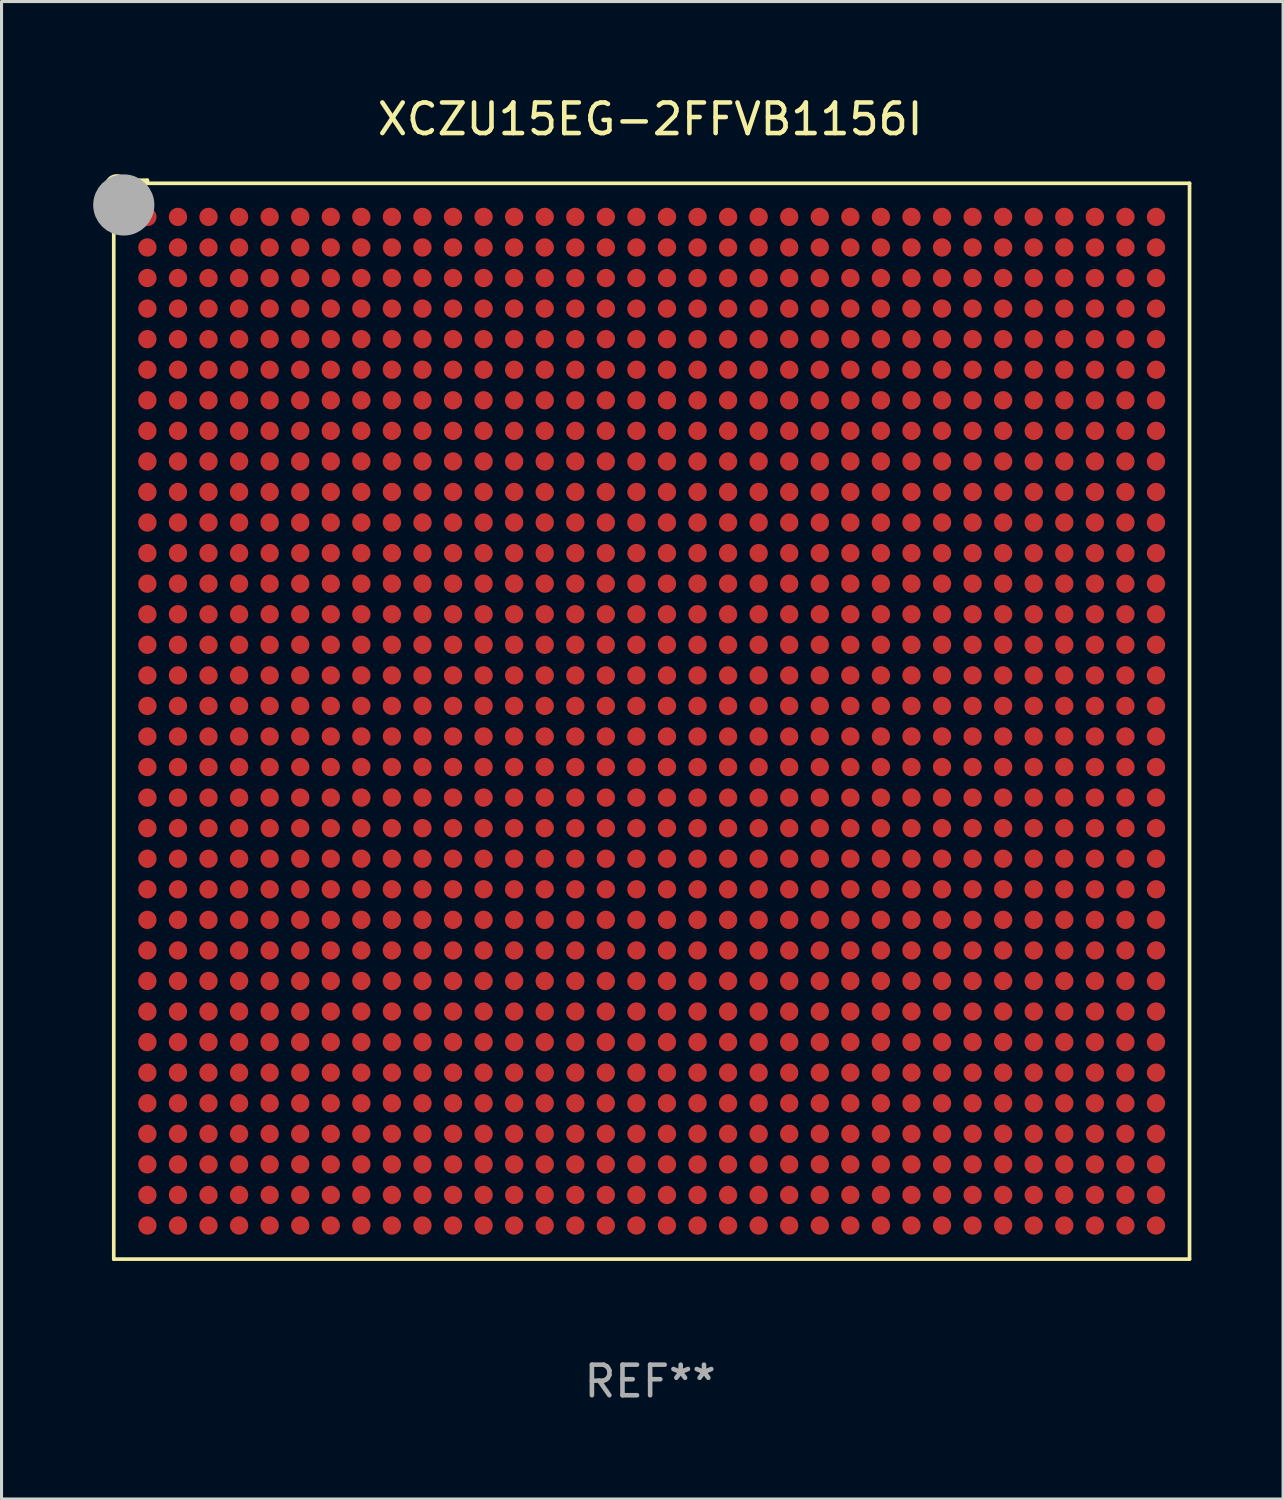
<source format=kicad_pcb>
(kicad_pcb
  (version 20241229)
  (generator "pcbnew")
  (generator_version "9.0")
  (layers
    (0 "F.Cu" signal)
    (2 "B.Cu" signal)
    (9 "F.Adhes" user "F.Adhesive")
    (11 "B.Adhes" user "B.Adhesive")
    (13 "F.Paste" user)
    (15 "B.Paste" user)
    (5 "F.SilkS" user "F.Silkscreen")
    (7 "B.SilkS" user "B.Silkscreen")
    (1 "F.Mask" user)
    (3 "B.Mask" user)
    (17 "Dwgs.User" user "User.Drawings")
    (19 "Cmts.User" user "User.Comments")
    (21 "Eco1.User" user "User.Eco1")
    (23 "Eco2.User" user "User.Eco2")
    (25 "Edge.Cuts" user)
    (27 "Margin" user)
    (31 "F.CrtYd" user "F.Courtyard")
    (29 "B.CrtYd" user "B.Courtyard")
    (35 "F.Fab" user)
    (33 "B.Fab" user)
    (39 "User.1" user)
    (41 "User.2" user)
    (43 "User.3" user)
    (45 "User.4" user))
  (footprint "XCZU15EG-2FFVB1156I"
    (layer "F.Cu")
    (at 18.222 20.497)
    (property "Reference" "XCZU15EG-2FFVB1156I" (at 0 -19.649 0) (layer "F.SilkS") (effects (font (size 1 1) (thickness 0.15))))
    (attr through_hole)
    (fp_line (start -17.649 -17.649) (end -17.649 -16.45) (stroke (width 0.12) (type solid)) (layer "F.SilkS"))
    (fp_line (start -17.649 -17.649) (end -16.45 -17.649) (stroke (width 0.12) (type solid)) (layer "F.SilkS"))
    (fp_line (start -17.649 -16.45) (end -17.55 -16.45) (stroke (width 0.12) (type solid)) (layer "F.SilkS"))
    (fp_line (start -17.55 -17.55) (end -17.649 -17.649) (stroke (width 0.12) (type solid)) (layer "F.SilkS"))
    (fp_line (start -17.55 -17.55) (end 17.649 -17.55) (stroke (width 0.12) (type solid)) (layer "F.SilkS"))
    (fp_line (start -17.55 17.649) (end -17.55 -17.55) (stroke (width 0.12) (type solid)) (layer "F.SilkS"))
    (fp_line (start -16.45 -17.649) (end -16.45 -17.55) (stroke (width 0.12) (type solid)) (layer "F.SilkS"))
    (fp_line (start 17.649 -17.55) (end 17.649 17.649) (stroke (width 0.12) (type solid)) (layer "F.SilkS"))
    (fp_line (start 17.649 17.649) (end -17.55 17.649) (stroke (width 0.12) (type solid)) (layer "F.SilkS"))
    (fp_circle (center -17.45 -17.45) (end -17.25 -17.45) (stroke (width 0.4) (type solid)) (fill no) (layer "F.SilkS"))
    (fp_circle (center -17.222 -16.841) (end -16.721 -16.841) (stroke (width 1) (type solid)) (fill no) (layer "F.Fab"))
    (fp_text user "REF**" (at 0 21.649 0) (layer "F.Fab") (effects (font (size 1 1) (thickness 0.15))))
    (pad "A1" smd circle (at -16.449 -16.45) (size 0.6 0.6) (layers "F.Cu" "F.Mask" "F.Paste"))
    (pad "A2" smd circle (at -15.449 -16.45) (size 0.6 0.6) (layers "F.Cu" "F.Mask" "F.Paste"))
    (pad "A3" smd circle (at -14.449 -16.45) (size 0.6 0.6) (layers "F.Cu" "F.Mask" "F.Paste"))
    (pad "A4" smd circle (at -13.449 -16.45) (size 0.6 0.6) (layers "F.Cu" "F.Mask" "F.Paste"))
    (pad "A5" smd circle (at -12.449 -16.45) (size 0.6 0.6) (layers "F.Cu" "F.Mask" "F.Paste"))
    (pad "A6" smd circle (at -11.449 -16.45) (size 0.6 0.6) (layers "F.Cu" "F.Mask" "F.Paste"))
    (pad "A7" smd circle (at -10.449 -16.45) (size 0.6 0.6) (layers "F.Cu" "F.Mask" "F.Paste"))
    (pad "A8" smd circle (at -9.449 -16.45) (size 0.6 0.6) (layers "F.Cu" "F.Mask" "F.Paste"))
    (pad "A9" smd circle (at -8.449 -16.45) (size 0.6 0.6) (layers "F.Cu" "F.Mask" "F.Paste"))
    (pad "A10" smd circle (at -7.449 -16.45) (size 0.6 0.6) (layers "F.Cu" "F.Mask" "F.Paste"))
    (pad "A11" smd circle (at -6.449 -16.45) (size 0.6 0.6) (layers "F.Cu" "F.Mask" "F.Paste"))
    (pad "A12" smd circle (at -5.449 -16.45) (size 0.6 0.6) (layers "F.Cu" "F.Mask" "F.Paste"))
    (pad "A13" smd circle (at -4.449 -16.45) (size 0.6 0.6) (layers "F.Cu" "F.Mask" "F.Paste"))
    (pad "A14" smd circle (at -3.449 -16.45) (size 0.6 0.6) (layers "F.Cu" "F.Mask" "F.Paste"))
    (pad "A15" smd circle (at -2.449 -16.45) (size 0.6 0.6) (layers "F.Cu" "F.Mask" "F.Paste"))
    (pad "A16" smd circle (at -1.449 -16.45) (size 0.6 0.6) (layers "F.Cu" "F.Mask" "F.Paste"))
    (pad "A17" smd circle (at -0.449 -16.45) (size 0.6 0.6) (layers "F.Cu" "F.Mask" "F.Paste"))
    (pad "A18" smd circle (at 0.551 -16.45) (size 0.6 0.6) (layers "F.Cu" "F.Mask" "F.Paste"))
    (pad "A19" smd circle (at 1.551 -16.45) (size 0.6 0.6) (layers "F.Cu" "F.Mask" "F.Paste"))
    (pad "A20" smd circle (at 2.551 -16.45) (size 0.6 0.6) (layers "F.Cu" "F.Mask" "F.Paste"))
    (pad "A21" smd circle (at 3.551 -16.45) (size 0.6 0.6) (layers "F.Cu" "F.Mask" "F.Paste"))
    (pad "A22" smd circle (at 4.551 -16.45) (size 0.6 0.6) (layers "F.Cu" "F.Mask" "F.Paste"))
    (pad "A23" smd circle (at 5.551 -16.45) (size 0.6 0.6) (layers "F.Cu" "F.Mask" "F.Paste"))
    (pad "A24" smd circle (at 6.551 -16.45) (size 0.6 0.6) (layers "F.Cu" "F.Mask" "F.Paste"))
    (pad "A25" smd circle (at 7.551 -16.45) (size 0.6 0.6) (layers "F.Cu" "F.Mask" "F.Paste"))
    (pad "A26" smd circle (at 8.551 -16.45) (size 0.6 0.6) (layers "F.Cu" "F.Mask" "F.Paste"))
    (pad "A27" smd circle (at 9.551 -16.45) (size 0.6 0.6) (layers "F.Cu" "F.Mask" "F.Paste"))
    (pad "A28" smd circle (at 10.551 -16.45) (size 0.6 0.6) (layers "F.Cu" "F.Mask" "F.Paste"))
    (pad "A29" smd circle (at 11.551 -16.45) (size 0.6 0.6) (layers "F.Cu" "F.Mask" "F.Paste"))
    (pad "A30" smd circle (at 12.551 -16.45) (size 0.6 0.6) (layers "F.Cu" "F.Mask" "F.Paste"))
    (pad "A31" smd circle (at 13.551 -16.45) (size 0.6 0.6) (layers "F.Cu" "F.Mask" "F.Paste"))
    (pad "A32" smd circle (at 14.551 -16.45) (size 0.6 0.6) (layers "F.Cu" "F.Mask" "F.Paste"))
    (pad "A33" smd circle (at 15.551 -16.45) (size 0.6 0.6) (layers "F.Cu" "F.Mask" "F.Paste"))
    (pad "A34" smd circle (at 16.551 -16.45) (size 0.6 0.6) (layers "F.Cu" "F.Mask" "F.Paste"))
    (pad "AA1" smd circle (at -16.449 3.55) (size 0.6 0.6) (layers "F.Cu" "F.Mask" "F.Paste"))
    (pad "AA2" smd circle (at -15.449 3.55) (size 0.6 0.6) (layers "F.Cu" "F.Mask" "F.Paste"))
    (pad "AA3" smd circle (at -14.449 3.55) (size 0.6 0.6) (layers "F.Cu" "F.Mask" "F.Paste"))
    (pad "AA4" smd circle (at -13.449 3.55) (size 0.6 0.6) (layers "F.Cu" "F.Mask" "F.Paste"))
    (pad "AA5" smd circle (at -12.449 3.55) (size 0.6 0.6) (layers "F.Cu" "F.Mask" "F.Paste"))
    (pad "AA6" smd circle (at -11.449 3.55) (size 0.6 0.6) (layers "F.Cu" "F.Mask" "F.Paste"))
    (pad "AA7" smd circle (at -10.449 3.55) (size 0.6 0.6) (layers "F.Cu" "F.Mask" "F.Paste"))
    (pad "AA8" smd circle (at -9.449 3.55) (size 0.6 0.6) (layers "F.Cu" "F.Mask" "F.Paste"))
    (pad "AA9" smd circle (at -8.449 3.55) (size 0.6 0.6) (layers "F.Cu" "F.Mask" "F.Paste"))
    (pad "AA10" smd circle (at -7.449 3.55) (size 0.6 0.6) (layers "F.Cu" "F.Mask" "F.Paste"))
    (pad "AA11" smd circle (at -6.449 3.55) (size 0.6 0.6) (layers "F.Cu" "F.Mask" "F.Paste"))
    (pad "AA12" smd circle (at -5.449 3.55) (size 0.6 0.6) (layers "F.Cu" "F.Mask" "F.Paste"))
    (pad "AA13" smd circle (at -4.449 3.55) (size 0.6 0.6) (layers "F.Cu" "F.Mask" "F.Paste"))
    (pad "AA14" smd circle (at -3.449 3.55) (size 0.6 0.6) (layers "F.Cu" "F.Mask" "F.Paste"))
    (pad "AA15" smd circle (at -2.449 3.55) (size 0.6 0.6) (layers "F.Cu" "F.Mask" "F.Paste"))
    (pad "AA16" smd circle (at -1.449 3.55) (size 0.6 0.6) (layers "F.Cu" "F.Mask" "F.Paste"))
    (pad "AA17" smd circle (at -0.449 3.55) (size 0.6 0.6) (layers "F.Cu" "F.Mask" "F.Paste"))
    (pad "AA18" smd circle (at 0.551 3.55) (size 0.6 0.6) (layers "F.Cu" "F.Mask" "F.Paste"))
    (pad "AA19" smd circle (at 1.551 3.55) (size 0.6 0.6) (layers "F.Cu" "F.Mask" "F.Paste"))
    (pad "AA20" smd circle (at 2.551 3.55) (size 0.6 0.6) (layers "F.Cu" "F.Mask" "F.Paste"))
    (pad "AA21" smd circle (at 3.551 3.55) (size 0.6 0.6) (layers "F.Cu" "F.Mask" "F.Paste"))
    (pad "AA22" smd circle (at 4.551 3.55) (size 0.6 0.6) (layers "F.Cu" "F.Mask" "F.Paste"))
    (pad "AA23" smd circle (at 5.551 3.55) (size 0.6 0.6) (layers "F.Cu" "F.Mask" "F.Paste"))
    (pad "AA24" smd circle (at 6.551 3.55) (size 0.6 0.6) (layers "F.Cu" "F.Mask" "F.Paste"))
    (pad "AA25" smd circle (at 7.551 3.55) (size 0.6 0.6) (layers "F.Cu" "F.Mask" "F.Paste"))
    (pad "AA26" smd circle (at 8.551 3.55) (size 0.6 0.6) (layers "F.Cu" "F.Mask" "F.Paste"))
    (pad "AA27" smd circle (at 9.551 3.55) (size 0.6 0.6) (layers "F.Cu" "F.Mask" "F.Paste"))
    (pad "AA28" smd circle (at 10.551 3.55) (size 0.6 0.6) (layers "F.Cu" "F.Mask" "F.Paste"))
    (pad "AA29" smd circle (at 11.551 3.55) (size 0.6 0.6) (layers "F.Cu" "F.Mask" "F.Paste"))
    (pad "AA30" smd circle (at 12.551 3.55) (size 0.6 0.6) (layers "F.Cu" "F.Mask" "F.Paste"))
    (pad "AA31" smd circle (at 13.551 3.55) (size 0.6 0.6) (layers "F.Cu" "F.Mask" "F.Paste"))
    (pad "AA32" smd circle (at 14.551 3.55) (size 0.6 0.6) (layers "F.Cu" "F.Mask" "F.Paste"))
    (pad "AA33" smd circle (at 15.551 3.55) (size 0.6 0.6) (layers "F.Cu" "F.Mask" "F.Paste"))
    (pad "AA34" smd circle (at 16.551 3.55) (size 0.6 0.6) (layers "F.Cu" "F.Mask" "F.Paste"))
    (pad "AB1" smd circle (at -16.449 4.55) (size 0.6 0.6) (layers "F.Cu" "F.Mask" "F.Paste"))
    (pad "AB2" smd circle (at -15.449 4.55) (size 0.6 0.6) (layers "F.Cu" "F.Mask" "F.Paste"))
    (pad "AB3" smd circle (at -14.449 4.55) (size 0.6 0.6) (layers "F.Cu" "F.Mask" "F.Paste"))
    (pad "AB4" smd circle (at -13.449 4.55) (size 0.6 0.6) (layers "F.Cu" "F.Mask" "F.Paste"))
    (pad "AB5" smd circle (at -12.449 4.55) (size 0.6 0.6) (layers "F.Cu" "F.Mask" "F.Paste"))
    (pad "AB6" smd circle (at -11.449 4.55) (size 0.6 0.6) (layers "F.Cu" "F.Mask" "F.Paste"))
    (pad "AB7" smd circle (at -10.449 4.55) (size 0.6 0.6) (layers "F.Cu" "F.Mask" "F.Paste"))
    (pad "AB8" smd circle (at -9.449 4.55) (size 0.6 0.6) (layers "F.Cu" "F.Mask" "F.Paste"))
    (pad "AB9" smd circle (at -8.449 4.55) (size 0.6 0.6) (layers "F.Cu" "F.Mask" "F.Paste"))
    (pad "AB10" smd circle (at -7.449 4.55) (size 0.6 0.6) (layers "F.Cu" "F.Mask" "F.Paste"))
    (pad "AB11" smd circle (at -6.449 4.55) (size 0.6 0.6) (layers "F.Cu" "F.Mask" "F.Paste"))
    (pad "AB12" smd circle (at -5.449 4.55) (size 0.6 0.6) (layers "F.Cu" "F.Mask" "F.Paste"))
    (pad "AB13" smd circle (at -4.449 4.55) (size 0.6 0.6) (layers "F.Cu" "F.Mask" "F.Paste"))
    (pad "AB14" smd circle (at -3.449 4.55) (size 0.6 0.6) (layers "F.Cu" "F.Mask" "F.Paste"))
    (pad "AB15" smd circle (at -2.449 4.55) (size 0.6 0.6) (layers "F.Cu" "F.Mask" "F.Paste"))
    (pad "AB16" smd circle (at -1.449 4.55) (size 0.6 0.6) (layers "F.Cu" "F.Mask" "F.Paste"))
    (pad "AB17" smd circle (at -0.449 4.55) (size 0.6 0.6) (layers "F.Cu" "F.Mask" "F.Paste"))
    (pad "AB18" smd circle (at 0.551 4.55) (size 0.6 0.6) (layers "F.Cu" "F.Mask" "F.Paste"))
    (pad "AB19" smd circle (at 1.551 4.55) (size 0.6 0.6) (layers "F.Cu" "F.Mask" "F.Paste"))
    (pad "AB20" smd circle (at 2.551 4.55) (size 0.6 0.6) (layers "F.Cu" "F.Mask" "F.Paste"))
    (pad "AB21" smd circle (at 3.551 4.55) (size 0.6 0.6) (layers "F.Cu" "F.Mask" "F.Paste"))
    (pad "AB22" smd circle (at 4.551 4.55) (size 0.6 0.6) (layers "F.Cu" "F.Mask" "F.Paste"))
    (pad "AB23" smd circle (at 5.551 4.55) (size 0.6 0.6) (layers "F.Cu" "F.Mask" "F.Paste"))
    (pad "AB24" smd circle (at 6.551 4.55) (size 0.6 0.6) (layers "F.Cu" "F.Mask" "F.Paste"))
    (pad "AB25" smd circle (at 7.551 4.55) (size 0.6 0.6) (layers "F.Cu" "F.Mask" "F.Paste"))
    (pad "AB26" smd circle (at 8.551 4.55) (size 0.6 0.6) (layers "F.Cu" "F.Mask" "F.Paste"))
    (pad "AB27" smd circle (at 9.551 4.55) (size 0.6 0.6) (layers "F.Cu" "F.Mask" "F.Paste"))
    (pad "AB28" smd circle (at 10.551 4.55) (size 0.6 0.6) (layers "F.Cu" "F.Mask" "F.Paste"))
    (pad "AB29" smd circle (at 11.551 4.55) (size 0.6 0.6) (layers "F.Cu" "F.Mask" "F.Paste"))
    (pad "AB30" smd circle (at 12.551 4.55) (size 0.6 0.6) (layers "F.Cu" "F.Mask" "F.Paste"))
    (pad "AB31" smd circle (at 13.551 4.55) (size 0.6 0.6) (layers "F.Cu" "F.Mask" "F.Paste"))
    (pad "AB32" smd circle (at 14.551 4.55) (size 0.6 0.6) (layers "F.Cu" "F.Mask" "F.Paste"))
    (pad "AB33" smd circle (at 15.551 4.55) (size 0.6 0.6) (layers "F.Cu" "F.Mask" "F.Paste"))
    (pad "AB34" smd circle (at 16.551 4.55) (size 0.6 0.6) (layers "F.Cu" "F.Mask" "F.Paste"))
    (pad "AC1" smd circle (at -16.449 5.55) (size 0.6 0.6) (layers "F.Cu" "F.Mask" "F.Paste"))
    (pad "AC2" smd circle (at -15.449 5.55) (size 0.6 0.6) (layers "F.Cu" "F.Mask" "F.Paste"))
    (pad "AC3" smd circle (at -14.449 5.55) (size 0.6 0.6) (layers "F.Cu" "F.Mask" "F.Paste"))
    (pad "AC4" smd circle (at -13.449 5.55) (size 0.6 0.6) (layers "F.Cu" "F.Mask" "F.Paste"))
    (pad "AC5" smd circle (at -12.449 5.55) (size 0.6 0.6) (layers "F.Cu" "F.Mask" "F.Paste"))
    (pad "AC6" smd circle (at -11.449 5.55) (size 0.6 0.6) (layers "F.Cu" "F.Mask" "F.Paste"))
    (pad "AC7" smd circle (at -10.449 5.55) (size 0.6 0.6) (layers "F.Cu" "F.Mask" "F.Paste"))
    (pad "AC8" smd circle (at -9.449 5.55) (size 0.6 0.6) (layers "F.Cu" "F.Mask" "F.Paste"))
    (pad "AC9" smd circle (at -8.449 5.55) (size 0.6 0.6) (layers "F.Cu" "F.Mask" "F.Paste"))
    (pad "AC10" smd circle (at -7.449 5.55) (size 0.6 0.6) (layers "F.Cu" "F.Mask" "F.Paste"))
    (pad "AC11" smd circle (at -6.449 5.55) (size 0.6 0.6) (layers "F.Cu" "F.Mask" "F.Paste"))
    (pad "AC12" smd circle (at -5.449 5.55) (size 0.6 0.6) (layers "F.Cu" "F.Mask" "F.Paste"))
    (pad "AC13" smd circle (at -4.449 5.55) (size 0.6 0.6) (layers "F.Cu" "F.Mask" "F.Paste"))
    (pad "AC14" smd circle (at -3.449 5.55) (size 0.6 0.6) (layers "F.Cu" "F.Mask" "F.Paste"))
    (pad "AC15" smd circle (at -2.449 5.55) (size 0.6 0.6) (layers "F.Cu" "F.Mask" "F.Paste"))
    (pad "AC16" smd circle (at -1.449 5.55) (size 0.6 0.6) (layers "F.Cu" "F.Mask" "F.Paste"))
    (pad "AC17" smd circle (at -0.449 5.55) (size 0.6 0.6) (layers "F.Cu" "F.Mask" "F.Paste"))
    (pad "AC18" smd circle (at 0.551 5.55) (size 0.6 0.6) (layers "F.Cu" "F.Mask" "F.Paste"))
    (pad "AC19" smd circle (at 1.551 5.55) (size 0.6 0.6) (layers "F.Cu" "F.Mask" "F.Paste"))
    (pad "AC20" smd circle (at 2.551 5.55) (size 0.6 0.6) (layers "F.Cu" "F.Mask" "F.Paste"))
    (pad "AC21" smd circle (at 3.551 5.55) (size 0.6 0.6) (layers "F.Cu" "F.Mask" "F.Paste"))
    (pad "AC22" smd circle (at 4.551 5.55) (size 0.6 0.6) (layers "F.Cu" "F.Mask" "F.Paste"))
    (pad "AC23" smd circle (at 5.551 5.55) (size 0.6 0.6) (layers "F.Cu" "F.Mask" "F.Paste"))
    (pad "AC24" smd circle (at 6.551 5.55) (size 0.6 0.6) (layers "F.Cu" "F.Mask" "F.Paste"))
    (pad "AC25" smd circle (at 7.551 5.55) (size 0.6 0.6) (layers "F.Cu" "F.Mask" "F.Paste"))
    (pad "AC26" smd circle (at 8.551 5.55) (size 0.6 0.6) (layers "F.Cu" "F.Mask" "F.Paste"))
    (pad "AC27" smd circle (at 9.551 5.55) (size 0.6 0.6) (layers "F.Cu" "F.Mask" "F.Paste"))
    (pad "AC28" smd circle (at 10.551 5.55) (size 0.6 0.6) (layers "F.Cu" "F.Mask" "F.Paste"))
    (pad "AC29" smd circle (at 11.551 5.55) (size 0.6 0.6) (layers "F.Cu" "F.Mask" "F.Paste"))
    (pad "AC30" smd circle (at 12.551 5.55) (size 0.6 0.6) (layers "F.Cu" "F.Mask" "F.Paste"))
    (pad "AC31" smd circle (at 13.551 5.55) (size 0.6 0.6) (layers "F.Cu" "F.Mask" "F.Paste"))
    (pad "AC32" smd circle (at 14.551 5.55) (size 0.6 0.6) (layers "F.Cu" "F.Mask" "F.Paste"))
    (pad "AC33" smd circle (at 15.551 5.55) (size 0.6 0.6) (layers "F.Cu" "F.Mask" "F.Paste"))
    (pad "AC34" smd circle (at 16.551 5.55) (size 0.6 0.6) (layers "F.Cu" "F.Mask" "F.Paste"))
    (pad "AD1" smd circle (at -16.449 6.55) (size 0.6 0.6) (layers "F.Cu" "F.Mask" "F.Paste"))
    (pad "AD2" smd circle (at -15.449 6.55) (size 0.6 0.6) (layers "F.Cu" "F.Mask" "F.Paste"))
    (pad "AD3" smd circle (at -14.449 6.55) (size 0.6 0.6) (layers "F.Cu" "F.Mask" "F.Paste"))
    (pad "AD4" smd circle (at -13.449 6.55) (size 0.6 0.6) (layers "F.Cu" "F.Mask" "F.Paste"))
    (pad "AD5" smd circle (at -12.449 6.55) (size 0.6 0.6) (layers "F.Cu" "F.Mask" "F.Paste"))
    (pad "AD6" smd circle (at -11.449 6.55) (size 0.6 0.6) (layers "F.Cu" "F.Mask" "F.Paste"))
    (pad "AD7" smd circle (at -10.449 6.55) (size 0.6 0.6) (layers "F.Cu" "F.Mask" "F.Paste"))
    (pad "AD8" smd circle (at -9.449 6.55) (size 0.6 0.6) (layers "F.Cu" "F.Mask" "F.Paste"))
    (pad "AD9" smd circle (at -8.449 6.55) (size 0.6 0.6) (layers "F.Cu" "F.Mask" "F.Paste"))
    (pad "AD10" smd circle (at -7.449 6.55) (size 0.6 0.6) (layers "F.Cu" "F.Mask" "F.Paste"))
    (pad "AD11" smd circle (at -6.449 6.55) (size 0.6 0.6) (layers "F.Cu" "F.Mask" "F.Paste"))
    (pad "AD12" smd circle (at -5.449 6.55) (size 0.6 0.6) (layers "F.Cu" "F.Mask" "F.Paste"))
    (pad "AD13" smd circle (at -4.449 6.55) (size 0.6 0.6) (layers "F.Cu" "F.Mask" "F.Paste"))
    (pad "AD14" smd circle (at -3.449 6.55) (size 0.6 0.6) (layers "F.Cu" "F.Mask" "F.Paste"))
    (pad "AD15" smd circle (at -2.449 6.55) (size 0.6 0.6) (layers "F.Cu" "F.Mask" "F.Paste"))
    (pad "AD16" smd circle (at -1.449 6.55) (size 0.6 0.6) (layers "F.Cu" "F.Mask" "F.Paste"))
    (pad "AD17" smd circle (at -0.449 6.55) (size 0.6 0.6) (layers "F.Cu" "F.Mask" "F.Paste"))
    (pad "AD18" smd circle (at 0.551 6.55) (size 0.6 0.6) (layers "F.Cu" "F.Mask" "F.Paste"))
    (pad "AD19" smd circle (at 1.551 6.55) (size 0.6 0.6) (layers "F.Cu" "F.Mask" "F.Paste"))
    (pad "AD20" smd circle (at 2.551 6.55) (size 0.6 0.6) (layers "F.Cu" "F.Mask" "F.Paste"))
    (pad "AD21" smd circle (at 3.551 6.55) (size 0.6 0.6) (layers "F.Cu" "F.Mask" "F.Paste"))
    (pad "AD22" smd circle (at 4.551 6.55) (size 0.6 0.6) (layers "F.Cu" "F.Mask" "F.Paste"))
    (pad "AD23" smd circle (at 5.551 6.55) (size 0.6 0.6) (layers "F.Cu" "F.Mask" "F.Paste"))
    (pad "AD24" smd circle (at 6.551 6.55) (size 0.6 0.6) (layers "F.Cu" "F.Mask" "F.Paste"))
    (pad "AD25" smd circle (at 7.551 6.55) (size 0.6 0.6) (layers "F.Cu" "F.Mask" "F.Paste"))
    (pad "AD26" smd circle (at 8.551 6.55) (size 0.6 0.6) (layers "F.Cu" "F.Mask" "F.Paste"))
    (pad "AD27" smd circle (at 9.551 6.55) (size 0.6 0.6) (layers "F.Cu" "F.Mask" "F.Paste"))
    (pad "AD28" smd circle (at 10.551 6.55) (size 0.6 0.6) (layers "F.Cu" "F.Mask" "F.Paste"))
    (pad "AD29" smd circle (at 11.551 6.55) (size 0.6 0.6) (layers "F.Cu" "F.Mask" "F.Paste"))
    (pad "AD30" smd circle (at 12.551 6.55) (size 0.6 0.6) (layers "F.Cu" "F.Mask" "F.Paste"))
    (pad "AD31" smd circle (at 13.551 6.55) (size 0.6 0.6) (layers "F.Cu" "F.Mask" "F.Paste"))
    (pad "AD32" smd circle (at 14.551 6.55) (size 0.6 0.6) (layers "F.Cu" "F.Mask" "F.Paste"))
    (pad "AD33" smd circle (at 15.551 6.55) (size 0.6 0.6) (layers "F.Cu" "F.Mask" "F.Paste"))
    (pad "AD34" smd circle (at 16.551 6.55) (size 0.6 0.6) (layers "F.Cu" "F.Mask" "F.Paste"))
    (pad "AE1" smd circle (at -16.449 7.55) (size 0.6 0.6) (layers "F.Cu" "F.Mask" "F.Paste"))
    (pad "AE2" smd circle (at -15.449 7.55) (size 0.6 0.6) (layers "F.Cu" "F.Mask" "F.Paste"))
    (pad "AE3" smd circle (at -14.449 7.55) (size 0.6 0.6) (layers "F.Cu" "F.Mask" "F.Paste"))
    (pad "AE4" smd circle (at -13.449 7.55) (size 0.6 0.6) (layers "F.Cu" "F.Mask" "F.Paste"))
    (pad "AE5" smd circle (at -12.449 7.55) (size 0.6 0.6) (layers "F.Cu" "F.Mask" "F.Paste"))
    (pad "AE6" smd circle (at -11.449 7.55) (size 0.6 0.6) (layers "F.Cu" "F.Mask" "F.Paste"))
    (pad "AE7" smd circle (at -10.449 7.55) (size 0.6 0.6) (layers "F.Cu" "F.Mask" "F.Paste"))
    (pad "AE8" smd circle (at -9.449 7.55) (size 0.6 0.6) (layers "F.Cu" "F.Mask" "F.Paste"))
    (pad "AE9" smd circle (at -8.449 7.55) (size 0.6 0.6) (layers "F.Cu" "F.Mask" "F.Paste"))
    (pad "AE10" smd circle (at -7.449 7.55) (size 0.6 0.6) (layers "F.Cu" "F.Mask" "F.Paste"))
    (pad "AE11" smd circle (at -6.449 7.55) (size 0.6 0.6) (layers "F.Cu" "F.Mask" "F.Paste"))
    (pad "AE12" smd circle (at -5.449 7.55) (size 0.6 0.6) (layers "F.Cu" "F.Mask" "F.Paste"))
    (pad "AE13" smd circle (at -4.449 7.55) (size 0.6 0.6) (layers "F.Cu" "F.Mask" "F.Paste"))
    (pad "AE14" smd circle (at -3.449 7.55) (size 0.6 0.6) (layers "F.Cu" "F.Mask" "F.Paste"))
    (pad "AE15" smd circle (at -2.449 7.55) (size 0.6 0.6) (layers "F.Cu" "F.Mask" "F.Paste"))
    (pad "AE16" smd circle (at -1.449 7.55) (size 0.6 0.6) (layers "F.Cu" "F.Mask" "F.Paste"))
    (pad "AE17" smd circle (at -0.449 7.55) (size 0.6 0.6) (layers "F.Cu" "F.Mask" "F.Paste"))
    (pad "AE18" smd circle (at 0.551 7.55) (size 0.6 0.6) (layers "F.Cu" "F.Mask" "F.Paste"))
    (pad "AE19" smd circle (at 1.551 7.55) (size 0.6 0.6) (layers "F.Cu" "F.Mask" "F.Paste"))
    (pad "AE20" smd circle (at 2.551 7.55) (size 0.6 0.6) (layers "F.Cu" "F.Mask" "F.Paste"))
    (pad "AE21" smd circle (at 3.551 7.55) (size 0.6 0.6) (layers "F.Cu" "F.Mask" "F.Paste"))
    (pad "AE22" smd circle (at 4.551 7.55) (size 0.6 0.6) (layers "F.Cu" "F.Mask" "F.Paste"))
    (pad "AE23" smd circle (at 5.551 7.55) (size 0.6 0.6) (layers "F.Cu" "F.Mask" "F.Paste"))
    (pad "AE24" smd circle (at 6.551 7.55) (size 0.6 0.6) (layers "F.Cu" "F.Mask" "F.Paste"))
    (pad "AE25" smd circle (at 7.551 7.55) (size 0.6 0.6) (layers "F.Cu" "F.Mask" "F.Paste"))
    (pad "AE26" smd circle (at 8.551 7.55) (size 0.6 0.6) (layers "F.Cu" "F.Mask" "F.Paste"))
    (pad "AE27" smd circle (at 9.551 7.55) (size 0.6 0.6) (layers "F.Cu" "F.Mask" "F.Paste"))
    (pad "AE28" smd circle (at 10.551 7.55) (size 0.6 0.6) (layers "F.Cu" "F.Mask" "F.Paste"))
    (pad "AE29" smd circle (at 11.551 7.55) (size 0.6 0.6) (layers "F.Cu" "F.Mask" "F.Paste"))
    (pad "AE30" smd circle (at 12.551 7.55) (size 0.6 0.6) (layers "F.Cu" "F.Mask" "F.Paste"))
    (pad "AE31" smd circle (at 13.551 7.55) (size 0.6 0.6) (layers "F.Cu" "F.Mask" "F.Paste"))
    (pad "AE32" smd circle (at 14.551 7.55) (size 0.6 0.6) (layers "F.Cu" "F.Mask" "F.Paste"))
    (pad "AE33" smd circle (at 15.551 7.55) (size 0.6 0.6) (layers "F.Cu" "F.Mask" "F.Paste"))
    (pad "AE34" smd circle (at 16.551 7.55) (size 0.6 0.6) (layers "F.Cu" "F.Mask" "F.Paste"))
    (pad "AF1" smd circle (at -16.449 8.55) (size 0.6 0.6) (layers "F.Cu" "F.Mask" "F.Paste"))
    (pad "AF2" smd circle (at -15.449 8.55) (size 0.6 0.6) (layers "F.Cu" "F.Mask" "F.Paste"))
    (pad "AF3" smd circle (at -14.449 8.55) (size 0.6 0.6) (layers "F.Cu" "F.Mask" "F.Paste"))
    (pad "AF4" smd circle (at -13.449 8.55) (size 0.6 0.6) (layers "F.Cu" "F.Mask" "F.Paste"))
    (pad "AF5" smd circle (at -12.449 8.55) (size 0.6 0.6) (layers "F.Cu" "F.Mask" "F.Paste"))
    (pad "AF6" smd circle (at -11.449 8.55) (size 0.6 0.6) (layers "F.Cu" "F.Mask" "F.Paste"))
    (pad "AF7" smd circle (at -10.449 8.55) (size 0.6 0.6) (layers "F.Cu" "F.Mask" "F.Paste"))
    (pad "AF8" smd circle (at -9.449 8.55) (size 0.6 0.6) (layers "F.Cu" "F.Mask" "F.Paste"))
    (pad "AF9" smd circle (at -8.449 8.55) (size 0.6 0.6) (layers "F.Cu" "F.Mask" "F.Paste"))
    (pad "AF10" smd circle (at -7.449 8.55) (size 0.6 0.6) (layers "F.Cu" "F.Mask" "F.Paste"))
    (pad "AF11" smd circle (at -6.449 8.55) (size 0.6 0.6) (layers "F.Cu" "F.Mask" "F.Paste"))
    (pad "AF12" smd circle (at -5.449 8.55) (size 0.6 0.6) (layers "F.Cu" "F.Mask" "F.Paste"))
    (pad "AF13" smd circle (at -4.449 8.55) (size 0.6 0.6) (layers "F.Cu" "F.Mask" "F.Paste"))
    (pad "AF14" smd circle (at -3.449 8.55) (size 0.6 0.6) (layers "F.Cu" "F.Mask" "F.Paste"))
    (pad "AF15" smd circle (at -2.449 8.55) (size 0.6 0.6) (layers "F.Cu" "F.Mask" "F.Paste"))
    (pad "AF16" smd circle (at -1.449 8.55) (size 0.6 0.6) (layers "F.Cu" "F.Mask" "F.Paste"))
    (pad "AF17" smd circle (at -0.449 8.55) (size 0.6 0.6) (layers "F.Cu" "F.Mask" "F.Paste"))
    (pad "AF18" smd circle (at 0.551 8.55) (size 0.6 0.6) (layers "F.Cu" "F.Mask" "F.Paste"))
    (pad "AF19" smd circle (at 1.551 8.55) (size 0.6 0.6) (layers "F.Cu" "F.Mask" "F.Paste"))
    (pad "AF20" smd circle (at 2.551 8.55) (size 0.6 0.6) (layers "F.Cu" "F.Mask" "F.Paste"))
    (pad "AF21" smd circle (at 3.551 8.55) (size 0.6 0.6) (layers "F.Cu" "F.Mask" "F.Paste"))
    (pad "AF22" smd circle (at 4.551 8.55) (size 0.6 0.6) (layers "F.Cu" "F.Mask" "F.Paste"))
    (pad "AF23" smd circle (at 5.551 8.55) (size 0.6 0.6) (layers "F.Cu" "F.Mask" "F.Paste"))
    (pad "AF24" smd circle (at 6.551 8.55) (size 0.6 0.6) (layers "F.Cu" "F.Mask" "F.Paste"))
    (pad "AF25" smd circle (at 7.551 8.55) (size 0.6 0.6) (layers "F.Cu" "F.Mask" "F.Paste"))
    (pad "AF26" smd circle (at 8.551 8.55) (size 0.6 0.6) (layers "F.Cu" "F.Mask" "F.Paste"))
    (pad "AF27" smd circle (at 9.551 8.55) (size 0.6 0.6) (layers "F.Cu" "F.Mask" "F.Paste"))
    (pad "AF28" smd circle (at 10.551 8.55) (size 0.6 0.6) (layers "F.Cu" "F.Mask" "F.Paste"))
    (pad "AF29" smd circle (at 11.551 8.55) (size 0.6 0.6) (layers "F.Cu" "F.Mask" "F.Paste"))
    (pad "AF30" smd circle (at 12.551 8.55) (size 0.6 0.6) (layers "F.Cu" "F.Mask" "F.Paste"))
    (pad "AF31" smd circle (at 13.551 8.55) (size 0.6 0.6) (layers "F.Cu" "F.Mask" "F.Paste"))
    (pad "AF32" smd circle (at 14.551 8.55) (size 0.6 0.6) (layers "F.Cu" "F.Mask" "F.Paste"))
    (pad "AF33" smd circle (at 15.551 8.55) (size 0.6 0.6) (layers "F.Cu" "F.Mask" "F.Paste"))
    (pad "AF34" smd circle (at 16.551 8.55) (size 0.6 0.6) (layers "F.Cu" "F.Mask" "F.Paste"))
    (pad "AG1" smd circle (at -16.449 9.55) (size 0.6 0.6) (layers "F.Cu" "F.Mask" "F.Paste"))
    (pad "AG2" smd circle (at -15.449 9.55) (size 0.6 0.6) (layers "F.Cu" "F.Mask" "F.Paste"))
    (pad "AG3" smd circle (at -14.449 9.55) (size 0.6 0.6) (layers "F.Cu" "F.Mask" "F.Paste"))
    (pad "AG4" smd circle (at -13.449 9.55) (size 0.6 0.6) (layers "F.Cu" "F.Mask" "F.Paste"))
    (pad "AG5" smd circle (at -12.449 9.55) (size 0.6 0.6) (layers "F.Cu" "F.Mask" "F.Paste"))
    (pad "AG6" smd circle (at -11.449 9.55) (size 0.6 0.6) (layers "F.Cu" "F.Mask" "F.Paste"))
    (pad "AG7" smd circle (at -10.449 9.55) (size 0.6 0.6) (layers "F.Cu" "F.Mask" "F.Paste"))
    (pad "AG8" smd circle (at -9.449 9.55) (size 0.6 0.6) (layers "F.Cu" "F.Mask" "F.Paste"))
    (pad "AG9" smd circle (at -8.449 9.55) (size 0.6 0.6) (layers "F.Cu" "F.Mask" "F.Paste"))
    (pad "AG10" smd circle (at -7.449 9.55) (size 0.6 0.6) (layers "F.Cu" "F.Mask" "F.Paste"))
    (pad "AG11" smd circle (at -6.449 9.55) (size 0.6 0.6) (layers "F.Cu" "F.Mask" "F.Paste"))
    (pad "AG12" smd circle (at -5.449 9.55) (size 0.6 0.6) (layers "F.Cu" "F.Mask" "F.Paste"))
    (pad "AG13" smd circle (at -4.449 9.55) (size 0.6 0.6) (layers "F.Cu" "F.Mask" "F.Paste"))
    (pad "AG14" smd circle (at -3.449 9.55) (size 0.6 0.6) (layers "F.Cu" "F.Mask" "F.Paste"))
    (pad "AG15" smd circle (at -2.449 9.55) (size 0.6 0.6) (layers "F.Cu" "F.Mask" "F.Paste"))
    (pad "AG16" smd circle (at -1.449 9.55) (size 0.6 0.6) (layers "F.Cu" "F.Mask" "F.Paste"))
    (pad "AG17" smd circle (at -0.449 9.55) (size 0.6 0.6) (layers "F.Cu" "F.Mask" "F.Paste"))
    (pad "AG18" smd circle (at 0.551 9.55) (size 0.6 0.6) (layers "F.Cu" "F.Mask" "F.Paste"))
    (pad "AG19" smd circle (at 1.551 9.55) (size 0.6 0.6) (layers "F.Cu" "F.Mask" "F.Paste"))
    (pad "AG20" smd circle (at 2.551 9.55) (size 0.6 0.6) (layers "F.Cu" "F.Mask" "F.Paste"))
    (pad "AG21" smd circle (at 3.551 9.55) (size 0.6 0.6) (layers "F.Cu" "F.Mask" "F.Paste"))
    (pad "AG22" smd circle (at 4.551 9.55) (size 0.6 0.6) (layers "F.Cu" "F.Mask" "F.Paste"))
    (pad "AG23" smd circle (at 5.551 9.55) (size 0.6 0.6) (layers "F.Cu" "F.Mask" "F.Paste"))
    (pad "AG24" smd circle (at 6.551 9.55) (size 0.6 0.6) (layers "F.Cu" "F.Mask" "F.Paste"))
    (pad "AG25" smd circle (at 7.551 9.55) (size 0.6 0.6) (layers "F.Cu" "F.Mask" "F.Paste"))
    (pad "AG26" smd circle (at 8.551 9.55) (size 0.6 0.6) (layers "F.Cu" "F.Mask" "F.Paste"))
    (pad "AG27" smd circle (at 9.551 9.55) (size 0.6 0.6) (layers "F.Cu" "F.Mask" "F.Paste"))
    (pad "AG28" smd circle (at 10.551 9.55) (size 0.6 0.6) (layers "F.Cu" "F.Mask" "F.Paste"))
    (pad "AG29" smd circle (at 11.551 9.55) (size 0.6 0.6) (layers "F.Cu" "F.Mask" "F.Paste"))
    (pad "AG30" smd circle (at 12.551 9.55) (size 0.6 0.6) (layers "F.Cu" "F.Mask" "F.Paste"))
    (pad "AG31" smd circle (at 13.551 9.55) (size 0.6 0.6) (layers "F.Cu" "F.Mask" "F.Paste"))
    (pad "AG32" smd circle (at 14.551 9.55) (size 0.6 0.6) (layers "F.Cu" "F.Mask" "F.Paste"))
    (pad "AG33" smd circle (at 15.551 9.55) (size 0.6 0.6) (layers "F.Cu" "F.Mask" "F.Paste"))
    (pad "AG34" smd circle (at 16.551 9.55) (size 0.6 0.6) (layers "F.Cu" "F.Mask" "F.Paste"))
    (pad "AH1" smd circle (at -16.449 10.55) (size 0.6 0.6) (layers "F.Cu" "F.Mask" "F.Paste"))
    (pad "AH2" smd circle (at -15.449 10.55) (size 0.6 0.6) (layers "F.Cu" "F.Mask" "F.Paste"))
    (pad "AH3" smd circle (at -14.449 10.55) (size 0.6 0.6) (layers "F.Cu" "F.Mask" "F.Paste"))
    (pad "AH4" smd circle (at -13.449 10.55) (size 0.6 0.6) (layers "F.Cu" "F.Mask" "F.Paste"))
    (pad "AH5" smd circle (at -12.449 10.55) (size 0.6 0.6) (layers "F.Cu" "F.Mask" "F.Paste"))
    (pad "AH6" smd circle (at -11.449 10.55) (size 0.6 0.6) (layers "F.Cu" "F.Mask" "F.Paste"))
    (pad "AH7" smd circle (at -10.449 10.55) (size 0.6 0.6) (layers "F.Cu" "F.Mask" "F.Paste"))
    (pad "AH8" smd circle (at -9.449 10.55) (size 0.6 0.6) (layers "F.Cu" "F.Mask" "F.Paste"))
    (pad "AH9" smd circle (at -8.449 10.55) (size 0.6 0.6) (layers "F.Cu" "F.Mask" "F.Paste"))
    (pad "AH10" smd circle (at -7.449 10.55) (size 0.6 0.6) (layers "F.Cu" "F.Mask" "F.Paste"))
    (pad "AH11" smd circle (at -6.449 10.55) (size 0.6 0.6) (layers "F.Cu" "F.Mask" "F.Paste"))
    (pad "AH12" smd circle (at -5.449 10.55) (size 0.6 0.6) (layers "F.Cu" "F.Mask" "F.Paste"))
    (pad "AH13" smd circle (at -4.449 10.55) (size 0.6 0.6) (layers "F.Cu" "F.Mask" "F.Paste"))
    (pad "AH14" smd circle (at -3.449 10.55) (size 0.6 0.6) (layers "F.Cu" "F.Mask" "F.Paste"))
    (pad "AH15" smd circle (at -2.449 10.55) (size 0.6 0.6) (layers "F.Cu" "F.Mask" "F.Paste"))
    (pad "AH16" smd circle (at -1.449 10.55) (size 0.6 0.6) (layers "F.Cu" "F.Mask" "F.Paste"))
    (pad "AH17" smd circle (at -0.449 10.55) (size 0.6 0.6) (layers "F.Cu" "F.Mask" "F.Paste"))
    (pad "AH18" smd circle (at 0.551 10.55) (size 0.6 0.6) (layers "F.Cu" "F.Mask" "F.Paste"))
    (pad "AH19" smd circle (at 1.551 10.55) (size 0.6 0.6) (layers "F.Cu" "F.Mask" "F.Paste"))
    (pad "AH20" smd circle (at 2.551 10.55) (size 0.6 0.6) (layers "F.Cu" "F.Mask" "F.Paste"))
    (pad "AH21" smd circle (at 3.551 10.55) (size 0.6 0.6) (layers "F.Cu" "F.Mask" "F.Paste"))
    (pad "AH22" smd circle (at 4.551 10.55) (size 0.6 0.6) (layers "F.Cu" "F.Mask" "F.Paste"))
    (pad "AH23" smd circle (at 5.551 10.55) (size 0.6 0.6) (layers "F.Cu" "F.Mask" "F.Paste"))
    (pad "AH24" smd circle (at 6.551 10.55) (size 0.6 0.6) (layers "F.Cu" "F.Mask" "F.Paste"))
    (pad "AH25" smd circle (at 7.551 10.55) (size 0.6 0.6) (layers "F.Cu" "F.Mask" "F.Paste"))
    (pad "AH26" smd circle (at 8.551 10.55) (size 0.6 0.6) (layers "F.Cu" "F.Mask" "F.Paste"))
    (pad "AH27" smd circle (at 9.551 10.55) (size 0.6 0.6) (layers "F.Cu" "F.Mask" "F.Paste"))
    (pad "AH28" smd circle (at 10.551 10.55) (size 0.6 0.6) (layers "F.Cu" "F.Mask" "F.Paste"))
    (pad "AH29" smd circle (at 11.551 10.55) (size 0.6 0.6) (layers "F.Cu" "F.Mask" "F.Paste"))
    (pad "AH30" smd circle (at 12.551 10.55) (size 0.6 0.6) (layers "F.Cu" "F.Mask" "F.Paste"))
    (pad "AH31" smd circle (at 13.551 10.55) (size 0.6 0.6) (layers "F.Cu" "F.Mask" "F.Paste"))
    (pad "AH32" smd circle (at 14.551 10.55) (size 0.6 0.6) (layers "F.Cu" "F.Mask" "F.Paste"))
    (pad "AH33" smd circle (at 15.551 10.55) (size 0.6 0.6) (layers "F.Cu" "F.Mask" "F.Paste"))
    (pad "AH34" smd circle (at 16.551 10.55) (size 0.6 0.6) (layers "F.Cu" "F.Mask" "F.Paste"))
    (pad "AJ1" smd circle (at -16.449 11.55) (size 0.6 0.6) (layers "F.Cu" "F.Mask" "F.Paste"))
    (pad "AJ2" smd circle (at -15.449 11.55) (size 0.6 0.6) (layers "F.Cu" "F.Mask" "F.Paste"))
    (pad "AJ3" smd circle (at -14.449 11.55) (size 0.6 0.6) (layers "F.Cu" "F.Mask" "F.Paste"))
    (pad "AJ4" smd circle (at -13.449 11.55) (size 0.6 0.6) (layers "F.Cu" "F.Mask" "F.Paste"))
    (pad "AJ5" smd circle (at -12.449 11.55) (size 0.6 0.6) (layers "F.Cu" "F.Mask" "F.Paste"))
    (pad "AJ6" smd circle (at -11.449 11.55) (size 0.6 0.6) (layers "F.Cu" "F.Mask" "F.Paste"))
    (pad "AJ7" smd circle (at -10.449 11.55) (size 0.6 0.6) (layers "F.Cu" "F.Mask" "F.Paste"))
    (pad "AJ8" smd circle (at -9.449 11.55) (size 0.6 0.6) (layers "F.Cu" "F.Mask" "F.Paste"))
    (pad "AJ9" smd circle (at -8.449 11.55) (size 0.6 0.6) (layers "F.Cu" "F.Mask" "F.Paste"))
    (pad "AJ10" smd circle (at -7.449 11.55) (size 0.6 0.6) (layers "F.Cu" "F.Mask" "F.Paste"))
    (pad "AJ11" smd circle (at -6.449 11.55) (size 0.6 0.6) (layers "F.Cu" "F.Mask" "F.Paste"))
    (pad "AJ12" smd circle (at -5.449 11.55) (size 0.6 0.6) (layers "F.Cu" "F.Mask" "F.Paste"))
    (pad "AJ13" smd circle (at -4.449 11.55) (size 0.6 0.6) (layers "F.Cu" "F.Mask" "F.Paste"))
    (pad "AJ14" smd circle (at -3.449 11.55) (size 0.6 0.6) (layers "F.Cu" "F.Mask" "F.Paste"))
    (pad "AJ15" smd circle (at -2.449 11.55) (size 0.6 0.6) (layers "F.Cu" "F.Mask" "F.Paste"))
    (pad "AJ16" smd circle (at -1.449 11.55) (size 0.6 0.6) (layers "F.Cu" "F.Mask" "F.Paste"))
    (pad "AJ17" smd circle (at -0.449 11.55) (size 0.6 0.6) (layers "F.Cu" "F.Mask" "F.Paste"))
    (pad "AJ18" smd circle (at 0.551 11.55) (size 0.6 0.6) (layers "F.Cu" "F.Mask" "F.Paste"))
    (pad "AJ19" smd circle (at 1.551 11.55) (size 0.6 0.6) (layers "F.Cu" "F.Mask" "F.Paste"))
    (pad "AJ20" smd circle (at 2.551 11.55) (size 0.6 0.6) (layers "F.Cu" "F.Mask" "F.Paste"))
    (pad "AJ21" smd circle (at 3.551 11.55) (size 0.6 0.6) (layers "F.Cu" "F.Mask" "F.Paste"))
    (pad "AJ22" smd circle (at 4.551 11.55) (size 0.6 0.6) (layers "F.Cu" "F.Mask" "F.Paste"))
    (pad "AJ23" smd circle (at 5.551 11.55) (size 0.6 0.6) (layers "F.Cu" "F.Mask" "F.Paste"))
    (pad "AJ24" smd circle (at 6.551 11.55) (size 0.6 0.6) (layers "F.Cu" "F.Mask" "F.Paste"))
    (pad "AJ25" smd circle (at 7.551 11.55) (size 0.6 0.6) (layers "F.Cu" "F.Mask" "F.Paste"))
    (pad "AJ26" smd circle (at 8.551 11.55) (size 0.6 0.6) (layers "F.Cu" "F.Mask" "F.Paste"))
    (pad "AJ27" smd circle (at 9.551 11.55) (size 0.6 0.6) (layers "F.Cu" "F.Mask" "F.Paste"))
    (pad "AJ28" smd circle (at 10.551 11.55) (size 0.6 0.6) (layers "F.Cu" "F.Mask" "F.Paste"))
    (pad "AJ29" smd circle (at 11.551 11.55) (size 0.6 0.6) (layers "F.Cu" "F.Mask" "F.Paste"))
    (pad "AJ30" smd circle (at 12.551 11.55) (size 0.6 0.6) (layers "F.Cu" "F.Mask" "F.Paste"))
    (pad "AJ31" smd circle (at 13.551 11.55) (size 0.6 0.6) (layers "F.Cu" "F.Mask" "F.Paste"))
    (pad "AJ32" smd circle (at 14.551 11.55) (size 0.6 0.6) (layers "F.Cu" "F.Mask" "F.Paste"))
    (pad "AJ33" smd circle (at 15.551 11.55) (size 0.6 0.6) (layers "F.Cu" "F.Mask" "F.Paste"))
    (pad "AJ34" smd circle (at 16.551 11.55) (size 0.6 0.6) (layers "F.Cu" "F.Mask" "F.Paste"))
    (pad "AK1" smd circle (at -16.449 12.55) (size 0.6 0.6) (layers "F.Cu" "F.Mask" "F.Paste"))
    (pad "AK2" smd circle (at -15.449 12.55) (size 0.6 0.6) (layers "F.Cu" "F.Mask" "F.Paste"))
    (pad "AK3" smd circle (at -14.449 12.55) (size 0.6 0.6) (layers "F.Cu" "F.Mask" "F.Paste"))
    (pad "AK4" smd circle (at -13.449 12.55) (size 0.6 0.6) (layers "F.Cu" "F.Mask" "F.Paste"))
    (pad "AK5" smd circle (at -12.449 12.55) (size 0.6 0.6) (layers "F.Cu" "F.Mask" "F.Paste"))
    (pad "AK6" smd circle (at -11.449 12.55) (size 0.6 0.6) (layers "F.Cu" "F.Mask" "F.Paste"))
    (pad "AK7" smd circle (at -10.449 12.55) (size 0.6 0.6) (layers "F.Cu" "F.Mask" "F.Paste"))
    (pad "AK8" smd circle (at -9.449 12.55) (size 0.6 0.6) (layers "F.Cu" "F.Mask" "F.Paste"))
    (pad "AK9" smd circle (at -8.449 12.55) (size 0.6 0.6) (layers "F.Cu" "F.Mask" "F.Paste"))
    (pad "AK10" smd circle (at -7.449 12.55) (size 0.6 0.6) (layers "F.Cu" "F.Mask" "F.Paste"))
    (pad "AK11" smd circle (at -6.449 12.55) (size 0.6 0.6) (layers "F.Cu" "F.Mask" "F.Paste"))
    (pad "AK12" smd circle (at -5.449 12.55) (size 0.6 0.6) (layers "F.Cu" "F.Mask" "F.Paste"))
    (pad "AK13" smd circle (at -4.449 12.55) (size 0.6 0.6) (layers "F.Cu" "F.Mask" "F.Paste"))
    (pad "AK14" smd circle (at -3.449 12.55) (size 0.6 0.6) (layers "F.Cu" "F.Mask" "F.Paste"))
    (pad "AK15" smd circle (at -2.449 12.55) (size 0.6 0.6) (layers "F.Cu" "F.Mask" "F.Paste"))
    (pad "AK16" smd circle (at -1.449 12.55) (size 0.6 0.6) (layers "F.Cu" "F.Mask" "F.Paste"))
    (pad "AK17" smd circle (at -0.449 12.55) (size 0.6 0.6) (layers "F.Cu" "F.Mask" "F.Paste"))
    (pad "AK18" smd circle (at 0.551 12.55) (size 0.6 0.6) (layers "F.Cu" "F.Mask" "F.Paste"))
    (pad "AK19" smd circle (at 1.551 12.55) (size 0.6 0.6) (layers "F.Cu" "F.Mask" "F.Paste"))
    (pad "AK20" smd circle (at 2.551 12.55) (size 0.6 0.6) (layers "F.Cu" "F.Mask" "F.Paste"))
    (pad "AK21" smd circle (at 3.551 12.55) (size 0.6 0.6) (layers "F.Cu" "F.Mask" "F.Paste"))
    (pad "AK22" smd circle (at 4.551 12.55) (size 0.6 0.6) (layers "F.Cu" "F.Mask" "F.Paste"))
    (pad "AK23" smd circle (at 5.551 12.55) (size 0.6 0.6) (layers "F.Cu" "F.Mask" "F.Paste"))
    (pad "AK24" smd circle (at 6.551 12.55) (size 0.6 0.6) (layers "F.Cu" "F.Mask" "F.Paste"))
    (pad "AK25" smd circle (at 7.551 12.55) (size 0.6 0.6) (layers "F.Cu" "F.Mask" "F.Paste"))
    (pad "AK26" smd circle (at 8.551 12.55) (size 0.6 0.6) (layers "F.Cu" "F.Mask" "F.Paste"))
    (pad "AK27" smd circle (at 9.551 12.55) (size 0.6 0.6) (layers "F.Cu" "F.Mask" "F.Paste"))
    (pad "AK28" smd circle (at 10.551 12.55) (size 0.6 0.6) (layers "F.Cu" "F.Mask" "F.Paste"))
    (pad "AK29" smd circle (at 11.551 12.55) (size 0.6 0.6) (layers "F.Cu" "F.Mask" "F.Paste"))
    (pad "AK30" smd circle (at 12.551 12.55) (size 0.6 0.6) (layers "F.Cu" "F.Mask" "F.Paste"))
    (pad "AK31" smd circle (at 13.551 12.55) (size 0.6 0.6) (layers "F.Cu" "F.Mask" "F.Paste"))
    (pad "AK32" smd circle (at 14.551 12.55) (size 0.6 0.6) (layers "F.Cu" "F.Mask" "F.Paste"))
    (pad "AK33" smd circle (at 15.551 12.55) (size 0.6 0.6) (layers "F.Cu" "F.Mask" "F.Paste"))
    (pad "AK34" smd circle (at 16.551 12.55) (size 0.6 0.6) (layers "F.Cu" "F.Mask" "F.Paste"))
    (pad "AL1" smd circle (at -16.449 13.55) (size 0.6 0.6) (layers "F.Cu" "F.Mask" "F.Paste"))
    (pad "AL2" smd circle (at -15.449 13.55) (size 0.6 0.6) (layers "F.Cu" "F.Mask" "F.Paste"))
    (pad "AL3" smd circle (at -14.449 13.55) (size 0.6 0.6) (layers "F.Cu" "F.Mask" "F.Paste"))
    (pad "AL4" smd circle (at -13.449 13.55) (size 0.6 0.6) (layers "F.Cu" "F.Mask" "F.Paste"))
    (pad "AL5" smd circle (at -12.449 13.55) (size 0.6 0.6) (layers "F.Cu" "F.Mask" "F.Paste"))
    (pad "AL6" smd circle (at -11.449 13.55) (size 0.6 0.6) (layers "F.Cu" "F.Mask" "F.Paste"))
    (pad "AL7" smd circle (at -10.449 13.55) (size 0.6 0.6) (layers "F.Cu" "F.Mask" "F.Paste"))
    (pad "AL8" smd circle (at -9.449 13.55) (size 0.6 0.6) (layers "F.Cu" "F.Mask" "F.Paste"))
    (pad "AL9" smd circle (at -8.449 13.55) (size 0.6 0.6) (layers "F.Cu" "F.Mask" "F.Paste"))
    (pad "AL10" smd circle (at -7.449 13.55) (size 0.6 0.6) (layers "F.Cu" "F.Mask" "F.Paste"))
    (pad "AL11" smd circle (at -6.449 13.55) (size 0.6 0.6) (layers "F.Cu" "F.Mask" "F.Paste"))
    (pad "AL12" smd circle (at -5.449 13.55) (size 0.6 0.6) (layers "F.Cu" "F.Mask" "F.Paste"))
    (pad "AL13" smd circle (at -4.449 13.55) (size 0.6 0.6) (layers "F.Cu" "F.Mask" "F.Paste"))
    (pad "AL14" smd circle (at -3.449 13.55) (size 0.6 0.6) (layers "F.Cu" "F.Mask" "F.Paste"))
    (pad "AL15" smd circle (at -2.449 13.55) (size 0.6 0.6) (layers "F.Cu" "F.Mask" "F.Paste"))
    (pad "AL16" smd circle (at -1.449 13.55) (size 0.6 0.6) (layers "F.Cu" "F.Mask" "F.Paste"))
    (pad "AL17" smd circle (at -0.449 13.55) (size 0.6 0.6) (layers "F.Cu" "F.Mask" "F.Paste"))
    (pad "AL18" smd circle (at 0.551 13.55) (size 0.6 0.6) (layers "F.Cu" "F.Mask" "F.Paste"))
    (pad "AL19" smd circle (at 1.551 13.55) (size 0.6 0.6) (layers "F.Cu" "F.Mask" "F.Paste"))
    (pad "AL20" smd circle (at 2.551 13.55) (size 0.6 0.6) (layers "F.Cu" "F.Mask" "F.Paste"))
    (pad "AL21" smd circle (at 3.551 13.55) (size 0.6 0.6) (layers "F.Cu" "F.Mask" "F.Paste"))
    (pad "AL22" smd circle (at 4.551 13.55) (size 0.6 0.6) (layers "F.Cu" "F.Mask" "F.Paste"))
    (pad "AL23" smd circle (at 5.551 13.55) (size 0.6 0.6) (layers "F.Cu" "F.Mask" "F.Paste"))
    (pad "AL24" smd circle (at 6.551 13.55) (size 0.6 0.6) (layers "F.Cu" "F.Mask" "F.Paste"))
    (pad "AL25" smd circle (at 7.551 13.55) (size 0.6 0.6) (layers "F.Cu" "F.Mask" "F.Paste"))
    (pad "AL26" smd circle (at 8.551 13.55) (size 0.6 0.6) (layers "F.Cu" "F.Mask" "F.Paste"))
    (pad "AL27" smd circle (at 9.551 13.55) (size 0.6 0.6) (layers "F.Cu" "F.Mask" "F.Paste"))
    (pad "AL28" smd circle (at 10.551 13.55) (size 0.6 0.6) (layers "F.Cu" "F.Mask" "F.Paste"))
    (pad "AL29" smd circle (at 11.551 13.55) (size 0.6 0.6) (layers "F.Cu" "F.Mask" "F.Paste"))
    (pad "AL30" smd circle (at 12.551 13.55) (size 0.6 0.6) (layers "F.Cu" "F.Mask" "F.Paste"))
    (pad "AL31" smd circle (at 13.551 13.55) (size 0.6 0.6) (layers "F.Cu" "F.Mask" "F.Paste"))
    (pad "AL32" smd circle (at 14.551 13.55) (size 0.6 0.6) (layers "F.Cu" "F.Mask" "F.Paste"))
    (pad "AL33" smd circle (at 15.551 13.55) (size 0.6 0.6) (layers "F.Cu" "F.Mask" "F.Paste"))
    (pad "AL34" smd circle (at 16.551 13.55) (size 0.6 0.6) (layers "F.Cu" "F.Mask" "F.Paste"))
    (pad "AM1" smd circle (at -16.449 14.55) (size 0.6 0.6) (layers "F.Cu" "F.Mask" "F.Paste"))
    (pad "AM2" smd circle (at -15.449 14.55) (size 0.6 0.6) (layers "F.Cu" "F.Mask" "F.Paste"))
    (pad "AM3" smd circle (at -14.449 14.55) (size 0.6 0.6) (layers "F.Cu" "F.Mask" "F.Paste"))
    (pad "AM4" smd circle (at -13.449 14.55) (size 0.6 0.6) (layers "F.Cu" "F.Mask" "F.Paste"))
    (pad "AM5" smd circle (at -12.449 14.55) (size 0.6 0.6) (layers "F.Cu" "F.Mask" "F.Paste"))
    (pad "AM6" smd circle (at -11.449 14.55) (size 0.6 0.6) (layers "F.Cu" "F.Mask" "F.Paste"))
    (pad "AM7" smd circle (at -10.449 14.55) (size 0.6 0.6) (layers "F.Cu" "F.Mask" "F.Paste"))
    (pad "AM8" smd circle (at -9.449 14.55) (size 0.6 0.6) (layers "F.Cu" "F.Mask" "F.Paste"))
    (pad "AM9" smd circle (at -8.449 14.55) (size 0.6 0.6) (layers "F.Cu" "F.Mask" "F.Paste"))
    (pad "AM10" smd circle (at -7.449 14.55) (size 0.6 0.6) (layers "F.Cu" "F.Mask" "F.Paste"))
    (pad "AM11" smd circle (at -6.449 14.55) (size 0.6 0.6) (layers "F.Cu" "F.Mask" "F.Paste"))
    (pad "AM12" smd circle (at -5.449 14.55) (size 0.6 0.6) (layers "F.Cu" "F.Mask" "F.Paste"))
    (pad "AM13" smd circle (at -4.449 14.55) (size 0.6 0.6) (layers "F.Cu" "F.Mask" "F.Paste"))
    (pad "AM14" smd circle (at -3.449 14.55) (size 0.6 0.6) (layers "F.Cu" "F.Mask" "F.Paste"))
    (pad "AM15" smd circle (at -2.449 14.55) (size 0.6 0.6) (layers "F.Cu" "F.Mask" "F.Paste"))
    (pad "AM16" smd circle (at -1.449 14.55) (size 0.6 0.6) (layers "F.Cu" "F.Mask" "F.Paste"))
    (pad "AM17" smd circle (at -0.449 14.55) (size 0.6 0.6) (layers "F.Cu" "F.Mask" "F.Paste"))
    (pad "AM18" smd circle (at 0.551 14.55) (size 0.6 0.6) (layers "F.Cu" "F.Mask" "F.Paste"))
    (pad "AM19" smd circle (at 1.551 14.55) (size 0.6 0.6) (layers "F.Cu" "F.Mask" "F.Paste"))
    (pad "AM20" smd circle (at 2.551 14.55) (size 0.6 0.6) (layers "F.Cu" "F.Mask" "F.Paste"))
    (pad "AM21" smd circle (at 3.551 14.55) (size 0.6 0.6) (layers "F.Cu" "F.Mask" "F.Paste"))
    (pad "AM22" smd circle (at 4.551 14.55) (size 0.6 0.6) (layers "F.Cu" "F.Mask" "F.Paste"))
    (pad "AM23" smd circle (at 5.551 14.55) (size 0.6 0.6) (layers "F.Cu" "F.Mask" "F.Paste"))
    (pad "AM24" smd circle (at 6.551 14.55) (size 0.6 0.6) (layers "F.Cu" "F.Mask" "F.Paste"))
    (pad "AM25" smd circle (at 7.551 14.55) (size 0.6 0.6) (layers "F.Cu" "F.Mask" "F.Paste"))
    (pad "AM26" smd circle (at 8.551 14.55) (size 0.6 0.6) (layers "F.Cu" "F.Mask" "F.Paste"))
    (pad "AM27" smd circle (at 9.551 14.55) (size 0.6 0.6) (layers "F.Cu" "F.Mask" "F.Paste"))
    (pad "AM28" smd circle (at 10.551 14.55) (size 0.6 0.6) (layers "F.Cu" "F.Mask" "F.Paste"))
    (pad "AM29" smd circle (at 11.551 14.55) (size 0.6 0.6) (layers "F.Cu" "F.Mask" "F.Paste"))
    (pad "AM30" smd circle (at 12.551 14.55) (size 0.6 0.6) (layers "F.Cu" "F.Mask" "F.Paste"))
    (pad "AM31" smd circle (at 13.551 14.55) (size 0.6 0.6) (layers "F.Cu" "F.Mask" "F.Paste"))
    (pad "AM32" smd circle (at 14.551 14.55) (size 0.6 0.6) (layers "F.Cu" "F.Mask" "F.Paste"))
    (pad "AM33" smd circle (at 15.551 14.55) (size 0.6 0.6) (layers "F.Cu" "F.Mask" "F.Paste"))
    (pad "AM34" smd circle (at 16.551 14.55) (size 0.6 0.6) (layers "F.Cu" "F.Mask" "F.Paste"))
    (pad "AN1" smd circle (at -16.449 15.55) (size 0.6 0.6) (layers "F.Cu" "F.Mask" "F.Paste"))
    (pad "AN2" smd circle (at -15.449 15.55) (size 0.6 0.6) (layers "F.Cu" "F.Mask" "F.Paste"))
    (pad "AN3" smd circle (at -14.449 15.55) (size 0.6 0.6) (layers "F.Cu" "F.Mask" "F.Paste"))
    (pad "AN4" smd circle (at -13.449 15.55) (size 0.6 0.6) (layers "F.Cu" "F.Mask" "F.Paste"))
    (pad "AN5" smd circle (at -12.449 15.55) (size 0.6 0.6) (layers "F.Cu" "F.Mask" "F.Paste"))
    (pad "AN6" smd circle (at -11.449 15.55) (size 0.6 0.6) (layers "F.Cu" "F.Mask" "F.Paste"))
    (pad "AN7" smd circle (at -10.449 15.55) (size 0.6 0.6) (layers "F.Cu" "F.Mask" "F.Paste"))
    (pad "AN8" smd circle (at -9.449 15.55) (size 0.6 0.6) (layers "F.Cu" "F.Mask" "F.Paste"))
    (pad "AN9" smd circle (at -8.449 15.55) (size 0.6 0.6) (layers "F.Cu" "F.Mask" "F.Paste"))
    (pad "AN10" smd circle (at -7.449 15.55) (size 0.6 0.6) (layers "F.Cu" "F.Mask" "F.Paste"))
    (pad "AN11" smd circle (at -6.449 15.55) (size 0.6 0.6) (layers "F.Cu" "F.Mask" "F.Paste"))
    (pad "AN12" smd circle (at -5.449 15.55) (size 0.6 0.6) (layers "F.Cu" "F.Mask" "F.Paste"))
    (pad "AN13" smd circle (at -4.449 15.55) (size 0.6 0.6) (layers "F.Cu" "F.Mask" "F.Paste"))
    (pad "AN14" smd circle (at -3.449 15.55) (size 0.6 0.6) (layers "F.Cu" "F.Mask" "F.Paste"))
    (pad "AN15" smd circle (at -2.449 15.55) (size 0.6 0.6) (layers "F.Cu" "F.Mask" "F.Paste"))
    (pad "AN16" smd circle (at -1.449 15.55) (size 0.6 0.6) (layers "F.Cu" "F.Mask" "F.Paste"))
    (pad "AN17" smd circle (at -0.449 15.55) (size 0.6 0.6) (layers "F.Cu" "F.Mask" "F.Paste"))
    (pad "AN18" smd circle (at 0.551 15.55) (size 0.6 0.6) (layers "F.Cu" "F.Mask" "F.Paste"))
    (pad "AN19" smd circle (at 1.551 15.55) (size 0.6 0.6) (layers "F.Cu" "F.Mask" "F.Paste"))
    (pad "AN20" smd circle (at 2.551 15.55) (size 0.6 0.6) (layers "F.Cu" "F.Mask" "F.Paste"))
    (pad "AN21" smd circle (at 3.551 15.55) (size 0.6 0.6) (layers "F.Cu" "F.Mask" "F.Paste"))
    (pad "AN22" smd circle (at 4.551 15.55) (size 0.6 0.6) (layers "F.Cu" "F.Mask" "F.Paste"))
    (pad "AN23" smd circle (at 5.551 15.55) (size 0.6 0.6) (layers "F.Cu" "F.Mask" "F.Paste"))
    (pad "AN24" smd circle (at 6.551 15.55) (size 0.6 0.6) (layers "F.Cu" "F.Mask" "F.Paste"))
    (pad "AN25" smd circle (at 7.551 15.55) (size 0.6 0.6) (layers "F.Cu" "F.Mask" "F.Paste"))
    (pad "AN26" smd circle (at 8.551 15.55) (size 0.6 0.6) (layers "F.Cu" "F.Mask" "F.Paste"))
    (pad "AN27" smd circle (at 9.551 15.55) (size 0.6 0.6) (layers "F.Cu" "F.Mask" "F.Paste"))
    (pad "AN28" smd circle (at 10.551 15.55) (size 0.6 0.6) (layers "F.Cu" "F.Mask" "F.Paste"))
    (pad "AN29" smd circle (at 11.551 15.55) (size 0.6 0.6) (layers "F.Cu" "F.Mask" "F.Paste"))
    (pad "AN30" smd circle (at 12.551 15.55) (size 0.6 0.6) (layers "F.Cu" "F.Mask" "F.Paste"))
    (pad "AN31" smd circle (at 13.551 15.55) (size 0.6 0.6) (layers "F.Cu" "F.Mask" "F.Paste"))
    (pad "AN32" smd circle (at 14.551 15.55) (size 0.6 0.6) (layers "F.Cu" "F.Mask" "F.Paste"))
    (pad "AN33" smd circle (at 15.551 15.55) (size 0.6 0.6) (layers "F.Cu" "F.Mask" "F.Paste"))
    (pad "AN34" smd circle (at 16.551 15.55) (size 0.6 0.6) (layers "F.Cu" "F.Mask" "F.Paste"))
    (pad "AP1" smd circle (at -16.449 16.55) (size 0.6 0.6) (layers "F.Cu" "F.Mask" "F.Paste"))
    (pad "AP2" smd circle (at -15.449 16.55) (size 0.6 0.6) (layers "F.Cu" "F.Mask" "F.Paste"))
    (pad "AP3" smd circle (at -14.449 16.55) (size 0.6 0.6) (layers "F.Cu" "F.Mask" "F.Paste"))
    (pad "AP4" smd circle (at -13.449 16.55) (size 0.6 0.6) (layers "F.Cu" "F.Mask" "F.Paste"))
    (pad "AP5" smd circle (at -12.449 16.55) (size 0.6 0.6) (layers "F.Cu" "F.Mask" "F.Paste"))
    (pad "AP6" smd circle (at -11.449 16.55) (size 0.6 0.6) (layers "F.Cu" "F.Mask" "F.Paste"))
    (pad "AP7" smd circle (at -10.449 16.55) (size 0.6 0.6) (layers "F.Cu" "F.Mask" "F.Paste"))
    (pad "AP8" smd circle (at -9.449 16.55) (size 0.6 0.6) (layers "F.Cu" "F.Mask" "F.Paste"))
    (pad "AP9" smd circle (at -8.449 16.55) (size 0.6 0.6) (layers "F.Cu" "F.Mask" "F.Paste"))
    (pad "AP10" smd circle (at -7.449 16.55) (size 0.6 0.6) (layers "F.Cu" "F.Mask" "F.Paste"))
    (pad "AP11" smd circle (at -6.449 16.55) (size 0.6 0.6) (layers "F.Cu" "F.Mask" "F.Paste"))
    (pad "AP12" smd circle (at -5.449 16.55) (size 0.6 0.6) (layers "F.Cu" "F.Mask" "F.Paste"))
    (pad "AP13" smd circle (at -4.449 16.55) (size 0.6 0.6) (layers "F.Cu" "F.Mask" "F.Paste"))
    (pad "AP14" smd circle (at -3.449 16.55) (size 0.6 0.6) (layers "F.Cu" "F.Mask" "F.Paste"))
    (pad "AP15" smd circle (at -2.449 16.55) (size 0.6 0.6) (layers "F.Cu" "F.Mask" "F.Paste"))
    (pad "AP16" smd circle (at -1.449 16.55) (size 0.6 0.6) (layers "F.Cu" "F.Mask" "F.Paste"))
    (pad "AP17" smd circle (at -0.449 16.55) (size 0.6 0.6) (layers "F.Cu" "F.Mask" "F.Paste"))
    (pad "AP18" smd circle (at 0.551 16.55) (size 0.6 0.6) (layers "F.Cu" "F.Mask" "F.Paste"))
    (pad "AP19" smd circle (at 1.551 16.55) (size 0.6 0.6) (layers "F.Cu" "F.Mask" "F.Paste"))
    (pad "AP20" smd circle (at 2.551 16.55) (size 0.6 0.6) (layers "F.Cu" "F.Mask" "F.Paste"))
    (pad "AP21" smd circle (at 3.551 16.55) (size 0.6 0.6) (layers "F.Cu" "F.Mask" "F.Paste"))
    (pad "AP22" smd circle (at 4.551 16.55) (size 0.6 0.6) (layers "F.Cu" "F.Mask" "F.Paste"))
    (pad "AP23" smd circle (at 5.551 16.55) (size 0.6 0.6) (layers "F.Cu" "F.Mask" "F.Paste"))
    (pad "AP24" smd circle (at 6.551 16.55) (size 0.6 0.6) (layers "F.Cu" "F.Mask" "F.Paste"))
    (pad "AP25" smd circle (at 7.551 16.55) (size 0.6 0.6) (layers "F.Cu" "F.Mask" "F.Paste"))
    (pad "AP26" smd circle (at 8.551 16.55) (size 0.6 0.6) (layers "F.Cu" "F.Mask" "F.Paste"))
    (pad "AP27" smd circle (at 9.551 16.55) (size 0.6 0.6) (layers "F.Cu" "F.Mask" "F.Paste"))
    (pad "AP28" smd circle (at 10.551 16.55) (size 0.6 0.6) (layers "F.Cu" "F.Mask" "F.Paste"))
    (pad "AP29" smd circle (at 11.551 16.55) (size 0.6 0.6) (layers "F.Cu" "F.Mask" "F.Paste"))
    (pad "AP30" smd circle (at 12.551 16.55) (size 0.6 0.6) (layers "F.Cu" "F.Mask" "F.Paste"))
    (pad "AP31" smd circle (at 13.551 16.55) (size 0.6 0.6) (layers "F.Cu" "F.Mask" "F.Paste"))
    (pad "AP32" smd circle (at 14.551 16.55) (size 0.6 0.6) (layers "F.Cu" "F.Mask" "F.Paste"))
    (pad "AP33" smd circle (at 15.551 16.55) (size 0.6 0.6) (layers "F.Cu" "F.Mask" "F.Paste"))
    (pad "AP34" smd circle (at 16.551 16.55) (size 0.6 0.6) (layers "F.Cu" "F.Mask" "F.Paste"))
    (pad "B1" smd circle (at -16.449 -15.45) (size 0.6 0.6) (layers "F.Cu" "F.Mask" "F.Paste"))
    (pad "B2" smd circle (at -15.449 -15.45) (size 0.6 0.6) (layers "F.Cu" "F.Mask" "F.Paste"))
    (pad "B3" smd circle (at -14.449 -15.45) (size 0.6 0.6) (layers "F.Cu" "F.Mask" "F.Paste"))
    (pad "B4" smd circle (at -13.449 -15.45) (size 0.6 0.6) (layers "F.Cu" "F.Mask" "F.Paste"))
    (pad "B5" smd circle (at -12.449 -15.45) (size 0.6 0.6) (layers "F.Cu" "F.Mask" "F.Paste"))
    (pad "B6" smd circle (at -11.449 -15.45) (size 0.6 0.6) (layers "F.Cu" "F.Mask" "F.Paste"))
    (pad "B7" smd circle (at -10.449 -15.45) (size 0.6 0.6) (layers "F.Cu" "F.Mask" "F.Paste"))
    (pad "B8" smd circle (at -9.449 -15.45) (size 0.6 0.6) (layers "F.Cu" "F.Mask" "F.Paste"))
    (pad "B9" smd circle (at -8.449 -15.45) (size 0.6 0.6) (layers "F.Cu" "F.Mask" "F.Paste"))
    (pad "B10" smd circle (at -7.449 -15.45) (size 0.6 0.6) (layers "F.Cu" "F.Mask" "F.Paste"))
    (pad "B11" smd circle (at -6.449 -15.45) (size 0.6 0.6) (layers "F.Cu" "F.Mask" "F.Paste"))
    (pad "B12" smd circle (at -5.449 -15.45) (size 0.6 0.6) (layers "F.Cu" "F.Mask" "F.Paste"))
    (pad "B13" smd circle (at -4.449 -15.45) (size 0.6 0.6) (layers "F.Cu" "F.Mask" "F.Paste"))
    (pad "B14" smd circle (at -3.449 -15.45) (size 0.6 0.6) (layers "F.Cu" "F.Mask" "F.Paste"))
    (pad "B15" smd circle (at -2.449 -15.45) (size 0.6 0.6) (layers "F.Cu" "F.Mask" "F.Paste"))
    (pad "B16" smd circle (at -1.449 -15.45) (size 0.6 0.6) (layers "F.Cu" "F.Mask" "F.Paste"))
    (pad "B17" smd circle (at -0.449 -15.45) (size 0.6 0.6) (layers "F.Cu" "F.Mask" "F.Paste"))
    (pad "B18" smd circle (at 0.551 -15.45) (size 0.6 0.6) (layers "F.Cu" "F.Mask" "F.Paste"))
    (pad "B19" smd circle (at 1.551 -15.45) (size 0.6 0.6) (layers "F.Cu" "F.Mask" "F.Paste"))
    (pad "B20" smd circle (at 2.551 -15.45) (size 0.6 0.6) (layers "F.Cu" "F.Mask" "F.Paste"))
    (pad "B21" smd circle (at 3.551 -15.45) (size 0.6 0.6) (layers "F.Cu" "F.Mask" "F.Paste"))
    (pad "B22" smd circle (at 4.551 -15.45) (size 0.6 0.6) (layers "F.Cu" "F.Mask" "F.Paste"))
    (pad "B23" smd circle (at 5.551 -15.45) (size 0.6 0.6) (layers "F.Cu" "F.Mask" "F.Paste"))
    (pad "B24" smd circle (at 6.551 -15.45) (size 0.6 0.6) (layers "F.Cu" "F.Mask" "F.Paste"))
    (pad "B25" smd circle (at 7.551 -15.45) (size 0.6 0.6) (layers "F.Cu" "F.Mask" "F.Paste"))
    (pad "B26" smd circle (at 8.551 -15.45) (size 0.6 0.6) (layers "F.Cu" "F.Mask" "F.Paste"))
    (pad "B27" smd circle (at 9.551 -15.45) (size 0.6 0.6) (layers "F.Cu" "F.Mask" "F.Paste"))
    (pad "B28" smd circle (at 10.551 -15.45) (size 0.6 0.6) (layers "F.Cu" "F.Mask" "F.Paste"))
    (pad "B29" smd circle (at 11.551 -15.45) (size 0.6 0.6) (layers "F.Cu" "F.Mask" "F.Paste"))
    (pad "B30" smd circle (at 12.551 -15.45) (size 0.6 0.6) (layers "F.Cu" "F.Mask" "F.Paste"))
    (pad "B31" smd circle (at 13.551 -15.45) (size 0.6 0.6) (layers "F.Cu" "F.Mask" "F.Paste"))
    (pad "B32" smd circle (at 14.551 -15.45) (size 0.6 0.6) (layers "F.Cu" "F.Mask" "F.Paste"))
    (pad "B33" smd circle (at 15.551 -15.45) (size 0.6 0.6) (layers "F.Cu" "F.Mask" "F.Paste"))
    (pad "B34" smd circle (at 16.551 -15.45) (size 0.6 0.6) (layers "F.Cu" "F.Mask" "F.Paste"))
    (pad "C1" smd circle (at -16.449 -14.45) (size 0.6 0.6) (layers "F.Cu" "F.Mask" "F.Paste"))
    (pad "C2" smd circle (at -15.449 -14.45) (size 0.6 0.6) (layers "F.Cu" "F.Mask" "F.Paste"))
    (pad "C3" smd circle (at -14.449 -14.45) (size 0.6 0.6) (layers "F.Cu" "F.Mask" "F.Paste"))
    (pad "C4" smd circle (at -13.449 -14.45) (size 0.6 0.6) (layers "F.Cu" "F.Mask" "F.Paste"))
    (pad "C5" smd circle (at -12.449 -14.45) (size 0.6 0.6) (layers "F.Cu" "F.Mask" "F.Paste"))
    (pad "C6" smd circle (at -11.449 -14.45) (size 0.6 0.6) (layers "F.Cu" "F.Mask" "F.Paste"))
    (pad "C7" smd circle (at -10.449 -14.45) (size 0.6 0.6) (layers "F.Cu" "F.Mask" "F.Paste"))
    (pad "C8" smd circle (at -9.449 -14.45) (size 0.6 0.6) (layers "F.Cu" "F.Mask" "F.Paste"))
    (pad "C9" smd circle (at -8.449 -14.45) (size 0.6 0.6) (layers "F.Cu" "F.Mask" "F.Paste"))
    (pad "C10" smd circle (at -7.449 -14.45) (size 0.6 0.6) (layers "F.Cu" "F.Mask" "F.Paste"))
    (pad "C11" smd circle (at -6.449 -14.45) (size 0.6 0.6) (layers "F.Cu" "F.Mask" "F.Paste"))
    (pad "C12" smd circle (at -5.449 -14.45) (size 0.6 0.6) (layers "F.Cu" "F.Mask" "F.Paste"))
    (pad "C13" smd circle (at -4.449 -14.45) (size 0.6 0.6) (layers "F.Cu" "F.Mask" "F.Paste"))
    (pad "C14" smd circle (at -3.449 -14.45) (size 0.6 0.6) (layers "F.Cu" "F.Mask" "F.Paste"))
    (pad "C15" smd circle (at -2.449 -14.45) (size 0.6 0.6) (layers "F.Cu" "F.Mask" "F.Paste"))
    (pad "C16" smd circle (at -1.449 -14.45) (size 0.6 0.6) (layers "F.Cu" "F.Mask" "F.Paste"))
    (pad "C17" smd circle (at -0.449 -14.45) (size 0.6 0.6) (layers "F.Cu" "F.Mask" "F.Paste"))
    (pad "C18" smd circle (at 0.551 -14.45) (size 0.6 0.6) (layers "F.Cu" "F.Mask" "F.Paste"))
    (pad "C19" smd circle (at 1.551 -14.45) (size 0.6 0.6) (layers "F.Cu" "F.Mask" "F.Paste"))
    (pad "C20" smd circle (at 2.551 -14.45) (size 0.6 0.6) (layers "F.Cu" "F.Mask" "F.Paste"))
    (pad "C21" smd circle (at 3.551 -14.45) (size 0.6 0.6) (layers "F.Cu" "F.Mask" "F.Paste"))
    (pad "C22" smd circle (at 4.551 -14.45) (size 0.6 0.6) (layers "F.Cu" "F.Mask" "F.Paste"))
    (pad "C23" smd circle (at 5.551 -14.45) (size 0.6 0.6) (layers "F.Cu" "F.Mask" "F.Paste"))
    (pad "C24" smd circle (at 6.551 -14.45) (size 0.6 0.6) (layers "F.Cu" "F.Mask" "F.Paste"))
    (pad "C25" smd circle (at 7.551 -14.45) (size 0.6 0.6) (layers "F.Cu" "F.Mask" "F.Paste"))
    (pad "C26" smd circle (at 8.551 -14.45) (size 0.6 0.6) (layers "F.Cu" "F.Mask" "F.Paste"))
    (pad "C27" smd circle (at 9.551 -14.45) (size 0.6 0.6) (layers "F.Cu" "F.Mask" "F.Paste"))
    (pad "C28" smd circle (at 10.551 -14.45) (size 0.6 0.6) (layers "F.Cu" "F.Mask" "F.Paste"))
    (pad "C29" smd circle (at 11.551 -14.45) (size 0.6 0.6) (layers "F.Cu" "F.Mask" "F.Paste"))
    (pad "C30" smd circle (at 12.551 -14.45) (size 0.6 0.6) (layers "F.Cu" "F.Mask" "F.Paste"))
    (pad "C31" smd circle (at 13.551 -14.45) (size 0.6 0.6) (layers "F.Cu" "F.Mask" "F.Paste"))
    (pad "C32" smd circle (at 14.551 -14.45) (size 0.6 0.6) (layers "F.Cu" "F.Mask" "F.Paste"))
    (pad "C33" smd circle (at 15.551 -14.45) (size 0.6 0.6) (layers "F.Cu" "F.Mask" "F.Paste"))
    (pad "C34" smd circle (at 16.551 -14.45) (size 0.6 0.6) (layers "F.Cu" "F.Mask" "F.Paste"))
    (pad "D1" smd circle (at -16.449 -13.45) (size 0.6 0.6) (layers "F.Cu" "F.Mask" "F.Paste"))
    (pad "D2" smd circle (at -15.449 -13.45) (size 0.6 0.6) (layers "F.Cu" "F.Mask" "F.Paste"))
    (pad "D3" smd circle (at -14.449 -13.45) (size 0.6 0.6) (layers "F.Cu" "F.Mask" "F.Paste"))
    (pad "D4" smd circle (at -13.449 -13.45) (size 0.6 0.6) (layers "F.Cu" "F.Mask" "F.Paste"))
    (pad "D5" smd circle (at -12.449 -13.45) (size 0.6 0.6) (layers "F.Cu" "F.Mask" "F.Paste"))
    (pad "D6" smd circle (at -11.449 -13.45) (size 0.6 0.6) (layers "F.Cu" "F.Mask" "F.Paste"))
    (pad "D7" smd circle (at -10.449 -13.45) (size 0.6 0.6) (layers "F.Cu" "F.Mask" "F.Paste"))
    (pad "D8" smd circle (at -9.449 -13.45) (size 0.6 0.6) (layers "F.Cu" "F.Mask" "F.Paste"))
    (pad "D9" smd circle (at -8.449 -13.45) (size 0.6 0.6) (layers "F.Cu" "F.Mask" "F.Paste"))
    (pad "D10" smd circle (at -7.449 -13.45) (size 0.6 0.6) (layers "F.Cu" "F.Mask" "F.Paste"))
    (pad "D11" smd circle (at -6.449 -13.45) (size 0.6 0.6) (layers "F.Cu" "F.Mask" "F.Paste"))
    (pad "D12" smd circle (at -5.449 -13.45) (size 0.6 0.6) (layers "F.Cu" "F.Mask" "F.Paste"))
    (pad "D13" smd circle (at -4.449 -13.45) (size 0.6 0.6) (layers "F.Cu" "F.Mask" "F.Paste"))
    (pad "D14" smd circle (at -3.449 -13.45) (size 0.6 0.6) (layers "F.Cu" "F.Mask" "F.Paste"))
    (pad "D15" smd circle (at -2.449 -13.45) (size 0.6 0.6) (layers "F.Cu" "F.Mask" "F.Paste"))
    (pad "D16" smd circle (at -1.449 -13.45) (size 0.6 0.6) (layers "F.Cu" "F.Mask" "F.Paste"))
    (pad "D17" smd circle (at -0.449 -13.45) (size 0.6 0.6) (layers "F.Cu" "F.Mask" "F.Paste"))
    (pad "D18" smd circle (at 0.551 -13.45) (size 0.6 0.6) (layers "F.Cu" "F.Mask" "F.Paste"))
    (pad "D19" smd circle (at 1.551 -13.45) (size 0.6 0.6) (layers "F.Cu" "F.Mask" "F.Paste"))
    (pad "D20" smd circle (at 2.551 -13.45) (size 0.6 0.6) (layers "F.Cu" "F.Mask" "F.Paste"))
    (pad "D21" smd circle (at 3.551 -13.45) (size 0.6 0.6) (layers "F.Cu" "F.Mask" "F.Paste"))
    (pad "D22" smd circle (at 4.551 -13.45) (size 0.6 0.6) (layers "F.Cu" "F.Mask" "F.Paste"))
    (pad "D23" smd circle (at 5.551 -13.45) (size 0.6 0.6) (layers "F.Cu" "F.Mask" "F.Paste"))
    (pad "D24" smd circle (at 6.551 -13.45) (size 0.6 0.6) (layers "F.Cu" "F.Mask" "F.Paste"))
    (pad "D25" smd circle (at 7.551 -13.45) (size 0.6 0.6) (layers "F.Cu" "F.Mask" "F.Paste"))
    (pad "D26" smd circle (at 8.551 -13.45) (size 0.6 0.6) (layers "F.Cu" "F.Mask" "F.Paste"))
    (pad "D27" smd circle (at 9.551 -13.45) (size 0.6 0.6) (layers "F.Cu" "F.Mask" "F.Paste"))
    (pad "D28" smd circle (at 10.551 -13.45) (size 0.6 0.6) (layers "F.Cu" "F.Mask" "F.Paste"))
    (pad "D29" smd circle (at 11.551 -13.45) (size 0.6 0.6) (layers "F.Cu" "F.Mask" "F.Paste"))
    (pad "D30" smd circle (at 12.551 -13.45) (size 0.6 0.6) (layers "F.Cu" "F.Mask" "F.Paste"))
    (pad "D31" smd circle (at 13.551 -13.45) (size 0.6 0.6) (layers "F.Cu" "F.Mask" "F.Paste"))
    (pad "D32" smd circle (at 14.551 -13.45) (size 0.6 0.6) (layers "F.Cu" "F.Mask" "F.Paste"))
    (pad "D33" smd circle (at 15.551 -13.45) (size 0.6 0.6) (layers "F.Cu" "F.Mask" "F.Paste"))
    (pad "D34" smd circle (at 16.551 -13.45) (size 0.6 0.6) (layers "F.Cu" "F.Mask" "F.Paste"))
    (pad "E1" smd circle (at -16.449 -12.45) (size 0.6 0.6) (layers "F.Cu" "F.Mask" "F.Paste"))
    (pad "E2" smd circle (at -15.449 -12.45) (size 0.6 0.6) (layers "F.Cu" "F.Mask" "F.Paste"))
    (pad "E3" smd circle (at -14.449 -12.45) (size 0.6 0.6) (layers "F.Cu" "F.Mask" "F.Paste"))
    (pad "E4" smd circle (at -13.449 -12.45) (size 0.6 0.6) (layers "F.Cu" "F.Mask" "F.Paste"))
    (pad "E5" smd circle (at -12.449 -12.45) (size 0.6 0.6) (layers "F.Cu" "F.Mask" "F.Paste"))
    (pad "E6" smd circle (at -11.449 -12.45) (size 0.6 0.6) (layers "F.Cu" "F.Mask" "F.Paste"))
    (pad "E7" smd circle (at -10.449 -12.45) (size 0.6 0.6) (layers "F.Cu" "F.Mask" "F.Paste"))
    (pad "E8" smd circle (at -9.449 -12.45) (size 0.6 0.6) (layers "F.Cu" "F.Mask" "F.Paste"))
    (pad "E9" smd circle (at -8.449 -12.45) (size 0.6 0.6) (layers "F.Cu" "F.Mask" "F.Paste"))
    (pad "E10" smd circle (at -7.449 -12.45) (size 0.6 0.6) (layers "F.Cu" "F.Mask" "F.Paste"))
    (pad "E11" smd circle (at -6.449 -12.45) (size 0.6 0.6) (layers "F.Cu" "F.Mask" "F.Paste"))
    (pad "E12" smd circle (at -5.449 -12.45) (size 0.6 0.6) (layers "F.Cu" "F.Mask" "F.Paste"))
    (pad "E13" smd circle (at -4.449 -12.45) (size 0.6 0.6) (layers "F.Cu" "F.Mask" "F.Paste"))
    (pad "E14" smd circle (at -3.449 -12.45) (size 0.6 0.6) (layers "F.Cu" "F.Mask" "F.Paste"))
    (pad "E15" smd circle (at -2.449 -12.45) (size 0.6 0.6) (layers "F.Cu" "F.Mask" "F.Paste"))
    (pad "E16" smd circle (at -1.449 -12.45) (size 0.6 0.6) (layers "F.Cu" "F.Mask" "F.Paste"))
    (pad "E17" smd circle (at -0.449 -12.45) (size 0.6 0.6) (layers "F.Cu" "F.Mask" "F.Paste"))
    (pad "E18" smd circle (at 0.551 -12.45) (size 0.6 0.6) (layers "F.Cu" "F.Mask" "F.Paste"))
    (pad "E19" smd circle (at 1.551 -12.45) (size 0.6 0.6) (layers "F.Cu" "F.Mask" "F.Paste"))
    (pad "E20" smd circle (at 2.551 -12.45) (size 0.6 0.6) (layers "F.Cu" "F.Mask" "F.Paste"))
    (pad "E21" smd circle (at 3.551 -12.45) (size 0.6 0.6) (layers "F.Cu" "F.Mask" "F.Paste"))
    (pad "E22" smd circle (at 4.551 -12.45) (size 0.6 0.6) (layers "F.Cu" "F.Mask" "F.Paste"))
    (pad "E23" smd circle (at 5.551 -12.45) (size 0.6 0.6) (layers "F.Cu" "F.Mask" "F.Paste"))
    (pad "E24" smd circle (at 6.551 -12.45) (size 0.6 0.6) (layers "F.Cu" "F.Mask" "F.Paste"))
    (pad "E25" smd circle (at 7.551 -12.45) (size 0.6 0.6) (layers "F.Cu" "F.Mask" "F.Paste"))
    (pad "E26" smd circle (at 8.551 -12.45) (size 0.6 0.6) (layers "F.Cu" "F.Mask" "F.Paste"))
    (pad "E27" smd circle (at 9.551 -12.45) (size 0.6 0.6) (layers "F.Cu" "F.Mask" "F.Paste"))
    (pad "E28" smd circle (at 10.551 -12.45) (size 0.6 0.6) (layers "F.Cu" "F.Mask" "F.Paste"))
    (pad "E29" smd circle (at 11.551 -12.45) (size 0.6 0.6) (layers "F.Cu" "F.Mask" "F.Paste"))
    (pad "E30" smd circle (at 12.551 -12.45) (size 0.6 0.6) (layers "F.Cu" "F.Mask" "F.Paste"))
    (pad "E31" smd circle (at 13.551 -12.45) (size 0.6 0.6) (layers "F.Cu" "F.Mask" "F.Paste"))
    (pad "E32" smd circle (at 14.551 -12.45) (size 0.6 0.6) (layers "F.Cu" "F.Mask" "F.Paste"))
    (pad "E33" smd circle (at 15.551 -12.45) (size 0.6 0.6) (layers "F.Cu" "F.Mask" "F.Paste"))
    (pad "E34" smd circle (at 16.551 -12.45) (size 0.6 0.6) (layers "F.Cu" "F.Mask" "F.Paste"))
    (pad "F1" smd circle (at -16.449 -11.45) (size 0.6 0.6) (layers "F.Cu" "F.Mask" "F.Paste"))
    (pad "F2" smd circle (at -15.449 -11.45) (size 0.6 0.6) (layers "F.Cu" "F.Mask" "F.Paste"))
    (pad "F3" smd circle (at -14.449 -11.45) (size 0.6 0.6) (layers "F.Cu" "F.Mask" "F.Paste"))
    (pad "F4" smd circle (at -13.449 -11.45) (size 0.6 0.6) (layers "F.Cu" "F.Mask" "F.Paste"))
    (pad "F5" smd circle (at -12.449 -11.45) (size 0.6 0.6) (layers "F.Cu" "F.Mask" "F.Paste"))
    (pad "F6" smd circle (at -11.449 -11.45) (size 0.6 0.6) (layers "F.Cu" "F.Mask" "F.Paste"))
    (pad "F7" smd circle (at -10.449 -11.45) (size 0.6 0.6) (layers "F.Cu" "F.Mask" "F.Paste"))
    (pad "F8" smd circle (at -9.449 -11.45) (size 0.6 0.6) (layers "F.Cu" "F.Mask" "F.Paste"))
    (pad "F9" smd circle (at -8.449 -11.45) (size 0.6 0.6) (layers "F.Cu" "F.Mask" "F.Paste"))
    (pad "F10" smd circle (at -7.449 -11.45) (size 0.6 0.6) (layers "F.Cu" "F.Mask" "F.Paste"))
    (pad "F11" smd circle (at -6.449 -11.45) (size 0.6 0.6) (layers "F.Cu" "F.Mask" "F.Paste"))
    (pad "F12" smd circle (at -5.449 -11.45) (size 0.6 0.6) (layers "F.Cu" "F.Mask" "F.Paste"))
    (pad "F13" smd circle (at -4.449 -11.45) (size 0.6 0.6) (layers "F.Cu" "F.Mask" "F.Paste"))
    (pad "F14" smd circle (at -3.449 -11.45) (size 0.6 0.6) (layers "F.Cu" "F.Mask" "F.Paste"))
    (pad "F15" smd circle (at -2.449 -11.45) (size 0.6 0.6) (layers "F.Cu" "F.Mask" "F.Paste"))
    (pad "F16" smd circle (at -1.449 -11.45) (size 0.6 0.6) (layers "F.Cu" "F.Mask" "F.Paste"))
    (pad "F17" smd circle (at -0.449 -11.45) (size 0.6 0.6) (layers "F.Cu" "F.Mask" "F.Paste"))
    (pad "F18" smd circle (at 0.551 -11.45) (size 0.6 0.6) (layers "F.Cu" "F.Mask" "F.Paste"))
    (pad "F19" smd circle (at 1.551 -11.45) (size 0.6 0.6) (layers "F.Cu" "F.Mask" "F.Paste"))
    (pad "F20" smd circle (at 2.551 -11.45) (size 0.6 0.6) (layers "F.Cu" "F.Mask" "F.Paste"))
    (pad "F21" smd circle (at 3.551 -11.45) (size 0.6 0.6) (layers "F.Cu" "F.Mask" "F.Paste"))
    (pad "F22" smd circle (at 4.551 -11.45) (size 0.6 0.6) (layers "F.Cu" "F.Mask" "F.Paste"))
    (pad "F23" smd circle (at 5.551 -11.45) (size 0.6 0.6) (layers "F.Cu" "F.Mask" "F.Paste"))
    (pad "F24" smd circle (at 6.551 -11.45) (size 0.6 0.6) (layers "F.Cu" "F.Mask" "F.Paste"))
    (pad "F25" smd circle (at 7.551 -11.45) (size 0.6 0.6) (layers "F.Cu" "F.Mask" "F.Paste"))
    (pad "F26" smd circle (at 8.551 -11.45) (size 0.6 0.6) (layers "F.Cu" "F.Mask" "F.Paste"))
    (pad "F27" smd circle (at 9.551 -11.45) (size 0.6 0.6) (layers "F.Cu" "F.Mask" "F.Paste"))
    (pad "F28" smd circle (at 10.551 -11.45) (size 0.6 0.6) (layers "F.Cu" "F.Mask" "F.Paste"))
    (pad "F29" smd circle (at 11.551 -11.45) (size 0.6 0.6) (layers "F.Cu" "F.Mask" "F.Paste"))
    (pad "F30" smd circle (at 12.551 -11.45) (size 0.6 0.6) (layers "F.Cu" "F.Mask" "F.Paste"))
    (pad "F31" smd circle (at 13.551 -11.45) (size 0.6 0.6) (layers "F.Cu" "F.Mask" "F.Paste"))
    (pad "F32" smd circle (at 14.551 -11.45) (size 0.6 0.6) (layers "F.Cu" "F.Mask" "F.Paste"))
    (pad "F33" smd circle (at 15.551 -11.45) (size 0.6 0.6) (layers "F.Cu" "F.Mask" "F.Paste"))
    (pad "F34" smd circle (at 16.551 -11.45) (size 0.6 0.6) (layers "F.Cu" "F.Mask" "F.Paste"))
    (pad "G1" smd circle (at -16.449 -10.45) (size 0.6 0.6) (layers "F.Cu" "F.Mask" "F.Paste"))
    (pad "G2" smd circle (at -15.449 -10.45) (size 0.6 0.6) (layers "F.Cu" "F.Mask" "F.Paste"))
    (pad "G3" smd circle (at -14.449 -10.45) (size 0.6 0.6) (layers "F.Cu" "F.Mask" "F.Paste"))
    (pad "G4" smd circle (at -13.449 -10.45) (size 0.6 0.6) (layers "F.Cu" "F.Mask" "F.Paste"))
    (pad "G5" smd circle (at -12.449 -10.45) (size 0.6 0.6) (layers "F.Cu" "F.Mask" "F.Paste"))
    (pad "G6" smd circle (at -11.449 -10.45) (size 0.6 0.6) (layers "F.Cu" "F.Mask" "F.Paste"))
    (pad "G7" smd circle (at -10.449 -10.45) (size 0.6 0.6) (layers "F.Cu" "F.Mask" "F.Paste"))
    (pad "G8" smd circle (at -9.449 -10.45) (size 0.6 0.6) (layers "F.Cu" "F.Mask" "F.Paste"))
    (pad "G9" smd circle (at -8.449 -10.45) (size 0.6 0.6) (layers "F.Cu" "F.Mask" "F.Paste"))
    (pad "G10" smd circle (at -7.449 -10.45) (size 0.6 0.6) (layers "F.Cu" "F.Mask" "F.Paste"))
    (pad "G11" smd circle (at -6.449 -10.45) (size 0.6 0.6) (layers "F.Cu" "F.Mask" "F.Paste"))
    (pad "G12" smd circle (at -5.449 -10.45) (size 0.6 0.6) (layers "F.Cu" "F.Mask" "F.Paste"))
    (pad "G13" smd circle (at -4.449 -10.45) (size 0.6 0.6) (layers "F.Cu" "F.Mask" "F.Paste"))
    (pad "G14" smd circle (at -3.449 -10.45) (size 0.6 0.6) (layers "F.Cu" "F.Mask" "F.Paste"))
    (pad "G15" smd circle (at -2.449 -10.45) (size 0.6 0.6) (layers "F.Cu" "F.Mask" "F.Paste"))
    (pad "G16" smd circle (at -1.449 -10.45) (size 0.6 0.6) (layers "F.Cu" "F.Mask" "F.Paste"))
    (pad "G17" smd circle (at -0.449 -10.45) (size 0.6 0.6) (layers "F.Cu" "F.Mask" "F.Paste"))
    (pad "G18" smd circle (at 0.551 -10.45) (size 0.6 0.6) (layers "F.Cu" "F.Mask" "F.Paste"))
    (pad "G19" smd circle (at 1.551 -10.45) (size 0.6 0.6) (layers "F.Cu" "F.Mask" "F.Paste"))
    (pad "G20" smd circle (at 2.551 -10.45) (size 0.6 0.6) (layers "F.Cu" "F.Mask" "F.Paste"))
    (pad "G21" smd circle (at 3.551 -10.45) (size 0.6 0.6) (layers "F.Cu" "F.Mask" "F.Paste"))
    (pad "G22" smd circle (at 4.551 -10.45) (size 0.6 0.6) (layers "F.Cu" "F.Mask" "F.Paste"))
    (pad "G23" smd circle (at 5.551 -10.45) (size 0.6 0.6) (layers "F.Cu" "F.Mask" "F.Paste"))
    (pad "G24" smd circle (at 6.551 -10.45) (size 0.6 0.6) (layers "F.Cu" "F.Mask" "F.Paste"))
    (pad "G25" smd circle (at 7.551 -10.45) (size 0.6 0.6) (layers "F.Cu" "F.Mask" "F.Paste"))
    (pad "G26" smd circle (at 8.551 -10.45) (size 0.6 0.6) (layers "F.Cu" "F.Mask" "F.Paste"))
    (pad "G27" smd circle (at 9.551 -10.45) (size 0.6 0.6) (layers "F.Cu" "F.Mask" "F.Paste"))
    (pad "G28" smd circle (at 10.551 -10.45) (size 0.6 0.6) (layers "F.Cu" "F.Mask" "F.Paste"))
    (pad "G29" smd circle (at 11.551 -10.45) (size 0.6 0.6) (layers "F.Cu" "F.Mask" "F.Paste"))
    (pad "G30" smd circle (at 12.551 -10.45) (size 0.6 0.6) (layers "F.Cu" "F.Mask" "F.Paste"))
    (pad "G31" smd circle (at 13.551 -10.45) (size 0.6 0.6) (layers "F.Cu" "F.Mask" "F.Paste"))
    (pad "G32" smd circle (at 14.551 -10.45) (size 0.6 0.6) (layers "F.Cu" "F.Mask" "F.Paste"))
    (pad "G33" smd circle (at 15.551 -10.45) (size 0.6 0.6) (layers "F.Cu" "F.Mask" "F.Paste"))
    (pad "G34" smd circle (at 16.551 -10.45) (size 0.6 0.6) (layers "F.Cu" "F.Mask" "F.Paste"))
    (pad "H1" smd circle (at -16.449 -9.45) (size 0.6 0.6) (layers "F.Cu" "F.Mask" "F.Paste"))
    (pad "H2" smd circle (at -15.449 -9.45) (size 0.6 0.6) (layers "F.Cu" "F.Mask" "F.Paste"))
    (pad "H3" smd circle (at -14.449 -9.45) (size 0.6 0.6) (layers "F.Cu" "F.Mask" "F.Paste"))
    (pad "H4" smd circle (at -13.449 -9.45) (size 0.6 0.6) (layers "F.Cu" "F.Mask" "F.Paste"))
    (pad "H5" smd circle (at -12.449 -9.45) (size 0.6 0.6) (layers "F.Cu" "F.Mask" "F.Paste"))
    (pad "H6" smd circle (at -11.449 -9.45) (size 0.6 0.6) (layers "F.Cu" "F.Mask" "F.Paste"))
    (pad "H7" smd circle (at -10.449 -9.45) (size 0.6 0.6) (layers "F.Cu" "F.Mask" "F.Paste"))
    (pad "H8" smd circle (at -9.449 -9.45) (size 0.6 0.6) (layers "F.Cu" "F.Mask" "F.Paste"))
    (pad "H9" smd circle (at -8.449 -9.45) (size 0.6 0.6) (layers "F.Cu" "F.Mask" "F.Paste"))
    (pad "H10" smd circle (at -7.449 -9.45) (size 0.6 0.6) (layers "F.Cu" "F.Mask" "F.Paste"))
    (pad "H11" smd circle (at -6.449 -9.45) (size 0.6 0.6) (layers "F.Cu" "F.Mask" "F.Paste"))
    (pad "H12" smd circle (at -5.449 -9.45) (size 0.6 0.6) (layers "F.Cu" "F.Mask" "F.Paste"))
    (pad "H13" smd circle (at -4.449 -9.45) (size 0.6 0.6) (layers "F.Cu" "F.Mask" "F.Paste"))
    (pad "H14" smd circle (at -3.449 -9.45) (size 0.6 0.6) (layers "F.Cu" "F.Mask" "F.Paste"))
    (pad "H15" smd circle (at -2.449 -9.45) (size 0.6 0.6) (layers "F.Cu" "F.Mask" "F.Paste"))
    (pad "H16" smd circle (at -1.449 -9.45) (size 0.6 0.6) (layers "F.Cu" "F.Mask" "F.Paste"))
    (pad "H17" smd circle (at -0.449 -9.45) (size 0.6 0.6) (layers "F.Cu" "F.Mask" "F.Paste"))
    (pad "H18" smd circle (at 0.551 -9.45) (size 0.6 0.6) (layers "F.Cu" "F.Mask" "F.Paste"))
    (pad "H19" smd circle (at 1.551 -9.45) (size 0.6 0.6) (layers "F.Cu" "F.Mask" "F.Paste"))
    (pad "H20" smd circle (at 2.551 -9.45) (size 0.6 0.6) (layers "F.Cu" "F.Mask" "F.Paste"))
    (pad "H21" smd circle (at 3.551 -9.45) (size 0.6 0.6) (layers "F.Cu" "F.Mask" "F.Paste"))
    (pad "H22" smd circle (at 4.551 -9.45) (size 0.6 0.6) (layers "F.Cu" "F.Mask" "F.Paste"))
    (pad "H23" smd circle (at 5.551 -9.45) (size 0.6 0.6) (layers "F.Cu" "F.Mask" "F.Paste"))
    (pad "H24" smd circle (at 6.551 -9.45) (size 0.6 0.6) (layers "F.Cu" "F.Mask" "F.Paste"))
    (pad "H25" smd circle (at 7.551 -9.45) (size 0.6 0.6) (layers "F.Cu" "F.Mask" "F.Paste"))
    (pad "H26" smd circle (at 8.551 -9.45) (size 0.6 0.6) (layers "F.Cu" "F.Mask" "F.Paste"))
    (pad "H27" smd circle (at 9.551 -9.45) (size 0.6 0.6) (layers "F.Cu" "F.Mask" "F.Paste"))
    (pad "H28" smd circle (at 10.551 -9.45) (size 0.6 0.6) (layers "F.Cu" "F.Mask" "F.Paste"))
    (pad "H29" smd circle (at 11.551 -9.45) (size 0.6 0.6) (layers "F.Cu" "F.Mask" "F.Paste"))
    (pad "H30" smd circle (at 12.551 -9.45) (size 0.6 0.6) (layers "F.Cu" "F.Mask" "F.Paste"))
    (pad "H31" smd circle (at 13.551 -9.45) (size 0.6 0.6) (layers "F.Cu" "F.Mask" "F.Paste"))
    (pad "H32" smd circle (at 14.551 -9.45) (size 0.6 0.6) (layers "F.Cu" "F.Mask" "F.Paste"))
    (pad "H33" smd circle (at 15.551 -9.45) (size 0.6 0.6) (layers "F.Cu" "F.Mask" "F.Paste"))
    (pad "H34" smd circle (at 16.551 -9.45) (size 0.6 0.6) (layers "F.Cu" "F.Mask" "F.Paste"))
    (pad "J1" smd circle (at -16.449 -8.45) (size 0.6 0.6) (layers "F.Cu" "F.Mask" "F.Paste"))
    (pad "J2" smd circle (at -15.449 -8.45) (size 0.6 0.6) (layers "F.Cu" "F.Mask" "F.Paste"))
    (pad "J3" smd circle (at -14.449 -8.45) (size 0.6 0.6) (layers "F.Cu" "F.Mask" "F.Paste"))
    (pad "J4" smd circle (at -13.449 -8.45) (size 0.6 0.6) (layers "F.Cu" "F.Mask" "F.Paste"))
    (pad "J5" smd circle (at -12.449 -8.45) (size 0.6 0.6) (layers "F.Cu" "F.Mask" "F.Paste"))
    (pad "J6" smd circle (at -11.449 -8.45) (size 0.6 0.6) (layers "F.Cu" "F.Mask" "F.Paste"))
    (pad "J7" smd circle (at -10.449 -8.45) (size 0.6 0.6) (layers "F.Cu" "F.Mask" "F.Paste"))
    (pad "J8" smd circle (at -9.449 -8.45) (size 0.6 0.6) (layers "F.Cu" "F.Mask" "F.Paste"))
    (pad "J9" smd circle (at -8.449 -8.45) (size 0.6 0.6) (layers "F.Cu" "F.Mask" "F.Paste"))
    (pad "J10" smd circle (at -7.449 -8.45) (size 0.6 0.6) (layers "F.Cu" "F.Mask" "F.Paste"))
    (pad "J11" smd circle (at -6.449 -8.45) (size 0.6 0.6) (layers "F.Cu" "F.Mask" "F.Paste"))
    (pad "J12" smd circle (at -5.449 -8.45) (size 0.6 0.6) (layers "F.Cu" "F.Mask" "F.Paste"))
    (pad "J13" smd circle (at -4.449 -8.45) (size 0.6 0.6) (layers "F.Cu" "F.Mask" "F.Paste"))
    (pad "J14" smd circle (at -3.449 -8.45) (size 0.6 0.6) (layers "F.Cu" "F.Mask" "F.Paste"))
    (pad "J15" smd circle (at -2.449 -8.45) (size 0.6 0.6) (layers "F.Cu" "F.Mask" "F.Paste"))
    (pad "J16" smd circle (at -1.449 -8.45) (size 0.6 0.6) (layers "F.Cu" "F.Mask" "F.Paste"))
    (pad "J17" smd circle (at -0.449 -8.45) (size 0.6 0.6) (layers "F.Cu" "F.Mask" "F.Paste"))
    (pad "J18" smd circle (at 0.551 -8.45) (size 0.6 0.6) (layers "F.Cu" "F.Mask" "F.Paste"))
    (pad "J19" smd circle (at 1.551 -8.45) (size 0.6 0.6) (layers "F.Cu" "F.Mask" "F.Paste"))
    (pad "J20" smd circle (at 2.551 -8.45) (size 0.6 0.6) (layers "F.Cu" "F.Mask" "F.Paste"))
    (pad "J21" smd circle (at 3.551 -8.45) (size 0.6 0.6) (layers "F.Cu" "F.Mask" "F.Paste"))
    (pad "J22" smd circle (at 4.551 -8.45) (size 0.6 0.6) (layers "F.Cu" "F.Mask" "F.Paste"))
    (pad "J23" smd circle (at 5.551 -8.45) (size 0.6 0.6) (layers "F.Cu" "F.Mask" "F.Paste"))
    (pad "J24" smd circle (at 6.551 -8.45) (size 0.6 0.6) (layers "F.Cu" "F.Mask" "F.Paste"))
    (pad "J25" smd circle (at 7.551 -8.45) (size 0.6 0.6) (layers "F.Cu" "F.Mask" "F.Paste"))
    (pad "J26" smd circle (at 8.551 -8.45) (size 0.6 0.6) (layers "F.Cu" "F.Mask" "F.Paste"))
    (pad "J27" smd circle (at 9.551 -8.45) (size 0.6 0.6) (layers "F.Cu" "F.Mask" "F.Paste"))
    (pad "J28" smd circle (at 10.551 -8.45) (size 0.6 0.6) (layers "F.Cu" "F.Mask" "F.Paste"))
    (pad "J29" smd circle (at 11.551 -8.45) (size 0.6 0.6) (layers "F.Cu" "F.Mask" "F.Paste"))
    (pad "J30" smd circle (at 12.551 -8.45) (size 0.6 0.6) (layers "F.Cu" "F.Mask" "F.Paste"))
    (pad "J31" smd circle (at 13.551 -8.45) (size 0.6 0.6) (layers "F.Cu" "F.Mask" "F.Paste"))
    (pad "J32" smd circle (at 14.551 -8.45) (size 0.6 0.6) (layers "F.Cu" "F.Mask" "F.Paste"))
    (pad "J33" smd circle (at 15.551 -8.45) (size 0.6 0.6) (layers "F.Cu" "F.Mask" "F.Paste"))
    (pad "J34" smd circle (at 16.551 -8.45) (size 0.6 0.6) (layers "F.Cu" "F.Mask" "F.Paste"))
    (pad "K1" smd circle (at -16.449 -7.45) (size 0.6 0.6) (layers "F.Cu" "F.Mask" "F.Paste"))
    (pad "K2" smd circle (at -15.449 -7.45) (size 0.6 0.6) (layers "F.Cu" "F.Mask" "F.Paste"))
    (pad "K3" smd circle (at -14.449 -7.45) (size 0.6 0.6) (layers "F.Cu" "F.Mask" "F.Paste"))
    (pad "K4" smd circle (at -13.449 -7.45) (size 0.6 0.6) (layers "F.Cu" "F.Mask" "F.Paste"))
    (pad "K5" smd circle (at -12.449 -7.45) (size 0.6 0.6) (layers "F.Cu" "F.Mask" "F.Paste"))
    (pad "K6" smd circle (at -11.449 -7.45) (size 0.6 0.6) (layers "F.Cu" "F.Mask" "F.Paste"))
    (pad "K7" smd circle (at -10.449 -7.45) (size 0.6 0.6) (layers "F.Cu" "F.Mask" "F.Paste"))
    (pad "K8" smd circle (at -9.449 -7.45) (size 0.6 0.6) (layers "F.Cu" "F.Mask" "F.Paste"))
    (pad "K9" smd circle (at -8.449 -7.45) (size 0.6 0.6) (layers "F.Cu" "F.Mask" "F.Paste"))
    (pad "K10" smd circle (at -7.449 -7.45) (size 0.6 0.6) (layers "F.Cu" "F.Mask" "F.Paste"))
    (pad "K11" smd circle (at -6.449 -7.45) (size 0.6 0.6) (layers "F.Cu" "F.Mask" "F.Paste"))
    (pad "K12" smd circle (at -5.449 -7.45) (size 0.6 0.6) (layers "F.Cu" "F.Mask" "F.Paste"))
    (pad "K13" smd circle (at -4.449 -7.45) (size 0.6 0.6) (layers "F.Cu" "F.Mask" "F.Paste"))
    (pad "K14" smd circle (at -3.449 -7.45) (size 0.6 0.6) (layers "F.Cu" "F.Mask" "F.Paste"))
    (pad "K15" smd circle (at -2.449 -7.45) (size 0.6 0.6) (layers "F.Cu" "F.Mask" "F.Paste"))
    (pad "K16" smd circle (at -1.449 -7.45) (size 0.6 0.6) (layers "F.Cu" "F.Mask" "F.Paste"))
    (pad "K17" smd circle (at -0.449 -7.45) (size 0.6 0.6) (layers "F.Cu" "F.Mask" "F.Paste"))
    (pad "K18" smd circle (at 0.551 -7.45) (size 0.6 0.6) (layers "F.Cu" "F.Mask" "F.Paste"))
    (pad "K19" smd circle (at 1.551 -7.45) (size 0.6 0.6) (layers "F.Cu" "F.Mask" "F.Paste"))
    (pad "K20" smd circle (at 2.551 -7.45) (size 0.6 0.6) (layers "F.Cu" "F.Mask" "F.Paste"))
    (pad "K21" smd circle (at 3.551 -7.45) (size 0.6 0.6) (layers "F.Cu" "F.Mask" "F.Paste"))
    (pad "K22" smd circle (at 4.551 -7.45) (size 0.6 0.6) (layers "F.Cu" "F.Mask" "F.Paste"))
    (pad "K23" smd circle (at 5.551 -7.45) (size 0.6 0.6) (layers "F.Cu" "F.Mask" "F.Paste"))
    (pad "K24" smd circle (at 6.551 -7.45) (size 0.6 0.6) (layers "F.Cu" "F.Mask" "F.Paste"))
    (pad "K25" smd circle (at 7.551 -7.45) (size 0.6 0.6) (layers "F.Cu" "F.Mask" "F.Paste"))
    (pad "K26" smd circle (at 8.551 -7.45) (size 0.6 0.6) (layers "F.Cu" "F.Mask" "F.Paste"))
    (pad "K27" smd circle (at 9.551 -7.45) (size 0.6 0.6) (layers "F.Cu" "F.Mask" "F.Paste"))
    (pad "K28" smd circle (at 10.551 -7.45) (size 0.6 0.6) (layers "F.Cu" "F.Mask" "F.Paste"))
    (pad "K29" smd circle (at 11.551 -7.45) (size 0.6 0.6) (layers "F.Cu" "F.Mask" "F.Paste"))
    (pad "K30" smd circle (at 12.551 -7.45) (size 0.6 0.6) (layers "F.Cu" "F.Mask" "F.Paste"))
    (pad "K31" smd circle (at 13.551 -7.45) (size 0.6 0.6) (layers "F.Cu" "F.Mask" "F.Paste"))
    (pad "K32" smd circle (at 14.551 -7.45) (size 0.6 0.6) (layers "F.Cu" "F.Mask" "F.Paste"))
    (pad "K33" smd circle (at 15.551 -7.45) (size 0.6 0.6) (layers "F.Cu" "F.Mask" "F.Paste"))
    (pad "K34" smd circle (at 16.551 -7.45) (size 0.6 0.6) (layers "F.Cu" "F.Mask" "F.Paste"))
    (pad "L1" smd circle (at -16.449 -6.45) (size 0.6 0.6) (layers "F.Cu" "F.Mask" "F.Paste"))
    (pad "L2" smd circle (at -15.449 -6.45) (size 0.6 0.6) (layers "F.Cu" "F.Mask" "F.Paste"))
    (pad "L3" smd circle (at -14.449 -6.45) (size 0.6 0.6) (layers "F.Cu" "F.Mask" "F.Paste"))
    (pad "L4" smd circle (at -13.449 -6.45) (size 0.6 0.6) (layers "F.Cu" "F.Mask" "F.Paste"))
    (pad "L5" smd circle (at -12.449 -6.45) (size 0.6 0.6) (layers "F.Cu" "F.Mask" "F.Paste"))
    (pad "L6" smd circle (at -11.449 -6.45) (size 0.6 0.6) (layers "F.Cu" "F.Mask" "F.Paste"))
    (pad "L7" smd circle (at -10.449 -6.45) (size 0.6 0.6) (layers "F.Cu" "F.Mask" "F.Paste"))
    (pad "L8" smd circle (at -9.449 -6.45) (size 0.6 0.6) (layers "F.Cu" "F.Mask" "F.Paste"))
    (pad "L9" smd circle (at -8.449 -6.45) (size 0.6 0.6) (layers "F.Cu" "F.Mask" "F.Paste"))
    (pad "L10" smd circle (at -7.449 -6.45) (size 0.6 0.6) (layers "F.Cu" "F.Mask" "F.Paste"))
    (pad "L11" smd circle (at -6.449 -6.45) (size 0.6 0.6) (layers "F.Cu" "F.Mask" "F.Paste"))
    (pad "L12" smd circle (at -5.449 -6.45) (size 0.6 0.6) (layers "F.Cu" "F.Mask" "F.Paste"))
    (pad "L13" smd circle (at -4.449 -6.45) (size 0.6 0.6) (layers "F.Cu" "F.Mask" "F.Paste"))
    (pad "L14" smd circle (at -3.449 -6.45) (size 0.6 0.6) (layers "F.Cu" "F.Mask" "F.Paste"))
    (pad "L15" smd circle (at -2.449 -6.45) (size 0.6 0.6) (layers "F.Cu" "F.Mask" "F.Paste"))
    (pad "L16" smd circle (at -1.449 -6.45) (size 0.6 0.6) (layers "F.Cu" "F.Mask" "F.Paste"))
    (pad "L17" smd circle (at -0.449 -6.45) (size 0.6 0.6) (layers "F.Cu" "F.Mask" "F.Paste"))
    (pad "L18" smd circle (at 0.551 -6.45) (size 0.6 0.6) (layers "F.Cu" "F.Mask" "F.Paste"))
    (pad "L19" smd circle (at 1.551 -6.45) (size 0.6 0.6) (layers "F.Cu" "F.Mask" "F.Paste"))
    (pad "L20" smd circle (at 2.551 -6.45) (size 0.6 0.6) (layers "F.Cu" "F.Mask" "F.Paste"))
    (pad "L21" smd circle (at 3.551 -6.45) (size 0.6 0.6) (layers "F.Cu" "F.Mask" "F.Paste"))
    (pad "L22" smd circle (at 4.551 -6.45) (size 0.6 0.6) (layers "F.Cu" "F.Mask" "F.Paste"))
    (pad "L23" smd circle (at 5.551 -6.45) (size 0.6 0.6) (layers "F.Cu" "F.Mask" "F.Paste"))
    (pad "L24" smd circle (at 6.551 -6.45) (size 0.6 0.6) (layers "F.Cu" "F.Mask" "F.Paste"))
    (pad "L25" smd circle (at 7.551 -6.45) (size 0.6 0.6) (layers "F.Cu" "F.Mask" "F.Paste"))
    (pad "L26" smd circle (at 8.551 -6.45) (size 0.6 0.6) (layers "F.Cu" "F.Mask" "F.Paste"))
    (pad "L27" smd circle (at 9.551 -6.45) (size 0.6 0.6) (layers "F.Cu" "F.Mask" "F.Paste"))
    (pad "L28" smd circle (at 10.551 -6.45) (size 0.6 0.6) (layers "F.Cu" "F.Mask" "F.Paste"))
    (pad "L29" smd circle (at 11.551 -6.45) (size 0.6 0.6) (layers "F.Cu" "F.Mask" "F.Paste"))
    (pad "L30" smd circle (at 12.551 -6.45) (size 0.6 0.6) (layers "F.Cu" "F.Mask" "F.Paste"))
    (pad "L31" smd circle (at 13.551 -6.45) (size 0.6 0.6) (layers "F.Cu" "F.Mask" "F.Paste"))
    (pad "L32" smd circle (at 14.551 -6.45) (size 0.6 0.6) (layers "F.Cu" "F.Mask" "F.Paste"))
    (pad "L33" smd circle (at 15.551 -6.45) (size 0.6 0.6) (layers "F.Cu" "F.Mask" "F.Paste"))
    (pad "L34" smd circle (at 16.551 -6.45) (size 0.6 0.6) (layers "F.Cu" "F.Mask" "F.Paste"))
    (pad "M1" smd circle (at -16.449 -5.45) (size 0.6 0.6) (layers "F.Cu" "F.Mask" "F.Paste"))
    (pad "M2" smd circle (at -15.449 -5.45) (size 0.6 0.6) (layers "F.Cu" "F.Mask" "F.Paste"))
    (pad "M3" smd circle (at -14.449 -5.45) (size 0.6 0.6) (layers "F.Cu" "F.Mask" "F.Paste"))
    (pad "M4" smd circle (at -13.449 -5.45) (size 0.6 0.6) (layers "F.Cu" "F.Mask" "F.Paste"))
    (pad "M5" smd circle (at -12.449 -5.45) (size 0.6 0.6) (layers "F.Cu" "F.Mask" "F.Paste"))
    (pad "M6" smd circle (at -11.449 -5.45) (size 0.6 0.6) (layers "F.Cu" "F.Mask" "F.Paste"))
    (pad "M7" smd circle (at -10.449 -5.45) (size 0.6 0.6) (layers "F.Cu" "F.Mask" "F.Paste"))
    (pad "M8" smd circle (at -9.449 -5.45) (size 0.6 0.6) (layers "F.Cu" "F.Mask" "F.Paste"))
    (pad "M9" smd circle (at -8.449 -5.45) (size 0.6 0.6) (layers "F.Cu" "F.Mask" "F.Paste"))
    (pad "M10" smd circle (at -7.449 -5.45) (size 0.6 0.6) (layers "F.Cu" "F.Mask" "F.Paste"))
    (pad "M11" smd circle (at -6.449 -5.45) (size 0.6 0.6) (layers "F.Cu" "F.Mask" "F.Paste"))
    (pad "M12" smd circle (at -5.449 -5.45) (size 0.6 0.6) (layers "F.Cu" "F.Mask" "F.Paste"))
    (pad "M13" smd circle (at -4.449 -5.45) (size 0.6 0.6) (layers "F.Cu" "F.Mask" "F.Paste"))
    (pad "M14" smd circle (at -3.449 -5.45) (size 0.6 0.6) (layers "F.Cu" "F.Mask" "F.Paste"))
    (pad "M15" smd circle (at -2.449 -5.45) (size 0.6 0.6) (layers "F.Cu" "F.Mask" "F.Paste"))
    (pad "M16" smd circle (at -1.449 -5.45) (size 0.6 0.6) (layers "F.Cu" "F.Mask" "F.Paste"))
    (pad "M17" smd circle (at -0.449 -5.45) (size 0.6 0.6) (layers "F.Cu" "F.Mask" "F.Paste"))
    (pad "M18" smd circle (at 0.551 -5.45) (size 0.6 0.6) (layers "F.Cu" "F.Mask" "F.Paste"))
    (pad "M19" smd circle (at 1.551 -5.45) (size 0.6 0.6) (layers "F.Cu" "F.Mask" "F.Paste"))
    (pad "M20" smd circle (at 2.551 -5.45) (size 0.6 0.6) (layers "F.Cu" "F.Mask" "F.Paste"))
    (pad "M21" smd circle (at 3.551 -5.45) (size 0.6 0.6) (layers "F.Cu" "F.Mask" "F.Paste"))
    (pad "M22" smd circle (at 4.551 -5.45) (size 0.6 0.6) (layers "F.Cu" "F.Mask" "F.Paste"))
    (pad "M23" smd circle (at 5.551 -5.45) (size 0.6 0.6) (layers "F.Cu" "F.Mask" "F.Paste"))
    (pad "M24" smd circle (at 6.551 -5.45) (size 0.6 0.6) (layers "F.Cu" "F.Mask" "F.Paste"))
    (pad "M25" smd circle (at 7.551 -5.45) (size 0.6 0.6) (layers "F.Cu" "F.Mask" "F.Paste"))
    (pad "M26" smd circle (at 8.551 -5.45) (size 0.6 0.6) (layers "F.Cu" "F.Mask" "F.Paste"))
    (pad "M27" smd circle (at 9.551 -5.45) (size 0.6 0.6) (layers "F.Cu" "F.Mask" "F.Paste"))
    (pad "M28" smd circle (at 10.551 -5.45) (size 0.6 0.6) (layers "F.Cu" "F.Mask" "F.Paste"))
    (pad "M29" smd circle (at 11.551 -5.45) (size 0.6 0.6) (layers "F.Cu" "F.Mask" "F.Paste"))
    (pad "M30" smd circle (at 12.551 -5.45) (size 0.6 0.6) (layers "F.Cu" "F.Mask" "F.Paste"))
    (pad "M31" smd circle (at 13.551 -5.45) (size 0.6 0.6) (layers "F.Cu" "F.Mask" "F.Paste"))
    (pad "M32" smd circle (at 14.551 -5.45) (size 0.6 0.6) (layers "F.Cu" "F.Mask" "F.Paste"))
    (pad "M33" smd circle (at 15.551 -5.45) (size 0.6 0.6) (layers "F.Cu" "F.Mask" "F.Paste"))
    (pad "M34" smd circle (at 16.551 -5.45) (size 0.6 0.6) (layers "F.Cu" "F.Mask" "F.Paste"))
    (pad "N1" smd circle (at -16.449 -4.45) (size 0.6 0.6) (layers "F.Cu" "F.Mask" "F.Paste"))
    (pad "N2" smd circle (at -15.449 -4.45) (size 0.6 0.6) (layers "F.Cu" "F.Mask" "F.Paste"))
    (pad "N3" smd circle (at -14.449 -4.45) (size 0.6 0.6) (layers "F.Cu" "F.Mask" "F.Paste"))
    (pad "N4" smd circle (at -13.449 -4.45) (size 0.6 0.6) (layers "F.Cu" "F.Mask" "F.Paste"))
    (pad "N5" smd circle (at -12.449 -4.45) (size 0.6 0.6) (layers "F.Cu" "F.Mask" "F.Paste"))
    (pad "N6" smd circle (at -11.449 -4.45) (size 0.6 0.6) (layers "F.Cu" "F.Mask" "F.Paste"))
    (pad "N7" smd circle (at -10.449 -4.45) (size 0.6 0.6) (layers "F.Cu" "F.Mask" "F.Paste"))
    (pad "N8" smd circle (at -9.449 -4.45) (size 0.6 0.6) (layers "F.Cu" "F.Mask" "F.Paste"))
    (pad "N9" smd circle (at -8.449 -4.45) (size 0.6 0.6) (layers "F.Cu" "F.Mask" "F.Paste"))
    (pad "N10" smd circle (at -7.449 -4.45) (size 0.6 0.6) (layers "F.Cu" "F.Mask" "F.Paste"))
    (pad "N11" smd circle (at -6.449 -4.45) (size 0.6 0.6) (layers "F.Cu" "F.Mask" "F.Paste"))
    (pad "N12" smd circle (at -5.449 -4.45) (size 0.6 0.6) (layers "F.Cu" "F.Mask" "F.Paste"))
    (pad "N13" smd circle (at -4.449 -4.45) (size 0.6 0.6) (layers "F.Cu" "F.Mask" "F.Paste"))
    (pad "N14" smd circle (at -3.449 -4.45) (size 0.6 0.6) (layers "F.Cu" "F.Mask" "F.Paste"))
    (pad "N15" smd circle (at -2.449 -4.45) (size 0.6 0.6) (layers "F.Cu" "F.Mask" "F.Paste"))
    (pad "N16" smd circle (at -1.449 -4.45) (size 0.6 0.6) (layers "F.Cu" "F.Mask" "F.Paste"))
    (pad "N17" smd circle (at -0.449 -4.45) (size 0.6 0.6) (layers "F.Cu" "F.Mask" "F.Paste"))
    (pad "N18" smd circle (at 0.551 -4.45) (size 0.6 0.6) (layers "F.Cu" "F.Mask" "F.Paste"))
    (pad "N19" smd circle (at 1.551 -4.45) (size 0.6 0.6) (layers "F.Cu" "F.Mask" "F.Paste"))
    (pad "N20" smd circle (at 2.551 -4.45) (size 0.6 0.6) (layers "F.Cu" "F.Mask" "F.Paste"))
    (pad "N21" smd circle (at 3.551 -4.45) (size 0.6 0.6) (layers "F.Cu" "F.Mask" "F.Paste"))
    (pad "N22" smd circle (at 4.551 -4.45) (size 0.6 0.6) (layers "F.Cu" "F.Mask" "F.Paste"))
    (pad "N23" smd circle (at 5.551 -4.45) (size 0.6 0.6) (layers "F.Cu" "F.Mask" "F.Paste"))
    (pad "N24" smd circle (at 6.551 -4.45) (size 0.6 0.6) (layers "F.Cu" "F.Mask" "F.Paste"))
    (pad "N25" smd circle (at 7.551 -4.45) (size 0.6 0.6) (layers "F.Cu" "F.Mask" "F.Paste"))
    (pad "N26" smd circle (at 8.551 -4.45) (size 0.6 0.6) (layers "F.Cu" "F.Mask" "F.Paste"))
    (pad "N27" smd circle (at 9.551 -4.45) (size 0.6 0.6) (layers "F.Cu" "F.Mask" "F.Paste"))
    (pad "N28" smd circle (at 10.551 -4.45) (size 0.6 0.6) (layers "F.Cu" "F.Mask" "F.Paste"))
    (pad "N29" smd circle (at 11.551 -4.45) (size 0.6 0.6) (layers "F.Cu" "F.Mask" "F.Paste"))
    (pad "N30" smd circle (at 12.551 -4.45) (size 0.6 0.6) (layers "F.Cu" "F.Mask" "F.Paste"))
    (pad "N31" smd circle (at 13.551 -4.45) (size 0.6 0.6) (layers "F.Cu" "F.Mask" "F.Paste"))
    (pad "N32" smd circle (at 14.551 -4.45) (size 0.6 0.6) (layers "F.Cu" "F.Mask" "F.Paste"))
    (pad "N33" smd circle (at 15.551 -4.45) (size 0.6 0.6) (layers "F.Cu" "F.Mask" "F.Paste"))
    (pad "N34" smd circle (at 16.551 -4.45) (size 0.6 0.6) (layers "F.Cu" "F.Mask" "F.Paste"))
    (pad "P1" smd circle (at -16.449 -3.45) (size 0.6 0.6) (layers "F.Cu" "F.Mask" "F.Paste"))
    (pad "P2" smd circle (at -15.449 -3.45) (size 0.6 0.6) (layers "F.Cu" "F.Mask" "F.Paste"))
    (pad "P3" smd circle (at -14.449 -3.45) (size 0.6 0.6) (layers "F.Cu" "F.Mask" "F.Paste"))
    (pad "P4" smd circle (at -13.449 -3.45) (size 0.6 0.6) (layers "F.Cu" "F.Mask" "F.Paste"))
    (pad "P5" smd circle (at -12.449 -3.45) (size 0.6 0.6) (layers "F.Cu" "F.Mask" "F.Paste"))
    (pad "P6" smd circle (at -11.449 -3.45) (size 0.6 0.6) (layers "F.Cu" "F.Mask" "F.Paste"))
    (pad "P7" smd circle (at -10.449 -3.45) (size 0.6 0.6) (layers "F.Cu" "F.Mask" "F.Paste"))
    (pad "P8" smd circle (at -9.449 -3.45) (size 0.6 0.6) (layers "F.Cu" "F.Mask" "F.Paste"))
    (pad "P9" smd circle (at -8.449 -3.45) (size 0.6 0.6) (layers "F.Cu" "F.Mask" "F.Paste"))
    (pad "P10" smd circle (at -7.449 -3.45) (size 0.6 0.6) (layers "F.Cu" "F.Mask" "F.Paste"))
    (pad "P11" smd circle (at -6.449 -3.45) (size 0.6 0.6) (layers "F.Cu" "F.Mask" "F.Paste"))
    (pad "P12" smd circle (at -5.449 -3.45) (size 0.6 0.6) (layers "F.Cu" "F.Mask" "F.Paste"))
    (pad "P13" smd circle (at -4.449 -3.45) (size 0.6 0.6) (layers "F.Cu" "F.Mask" "F.Paste"))
    (pad "P14" smd circle (at -3.449 -3.45) (size 0.6 0.6) (layers "F.Cu" "F.Mask" "F.Paste"))
    (pad "P15" smd circle (at -2.449 -3.45) (size 0.6 0.6) (layers "F.Cu" "F.Mask" "F.Paste"))
    (pad "P16" smd circle (at -1.449 -3.45) (size 0.6 0.6) (layers "F.Cu" "F.Mask" "F.Paste"))
    (pad "P17" smd circle (at -0.449 -3.45) (size 0.6 0.6) (layers "F.Cu" "F.Mask" "F.Paste"))
    (pad "P18" smd circle (at 0.551 -3.45) (size 0.6 0.6) (layers "F.Cu" "F.Mask" "F.Paste"))
    (pad "P19" smd circle (at 1.551 -3.45) (size 0.6 0.6) (layers "F.Cu" "F.Mask" "F.Paste"))
    (pad "P20" smd circle (at 2.551 -3.45) (size 0.6 0.6) (layers "F.Cu" "F.Mask" "F.Paste"))
    (pad "P21" smd circle (at 3.551 -3.45) (size 0.6 0.6) (layers "F.Cu" "F.Mask" "F.Paste"))
    (pad "P22" smd circle (at 4.551 -3.45) (size 0.6 0.6) (layers "F.Cu" "F.Mask" "F.Paste"))
    (pad "P23" smd circle (at 5.551 -3.45) (size 0.6 0.6) (layers "F.Cu" "F.Mask" "F.Paste"))
    (pad "P24" smd circle (at 6.551 -3.45) (size 0.6 0.6) (layers "F.Cu" "F.Mask" "F.Paste"))
    (pad "P25" smd circle (at 7.551 -3.45) (size 0.6 0.6) (layers "F.Cu" "F.Mask" "F.Paste"))
    (pad "P26" smd circle (at 8.551 -3.45) (size 0.6 0.6) (layers "F.Cu" "F.Mask" "F.Paste"))
    (pad "P27" smd circle (at 9.551 -3.45) (size 0.6 0.6) (layers "F.Cu" "F.Mask" "F.Paste"))
    (pad "P28" smd circle (at 10.551 -3.45) (size 0.6 0.6) (layers "F.Cu" "F.Mask" "F.Paste"))
    (pad "P29" smd circle (at 11.551 -3.45) (size 0.6 0.6) (layers "F.Cu" "F.Mask" "F.Paste"))
    (pad "P30" smd circle (at 12.551 -3.45) (size 0.6 0.6) (layers "F.Cu" "F.Mask" "F.Paste"))
    (pad "P31" smd circle (at 13.551 -3.45) (size 0.6 0.6) (layers "F.Cu" "F.Mask" "F.Paste"))
    (pad "P32" smd circle (at 14.551 -3.45) (size 0.6 0.6) (layers "F.Cu" "F.Mask" "F.Paste"))
    (pad "P33" smd circle (at 15.551 -3.45) (size 0.6 0.6) (layers "F.Cu" "F.Mask" "F.Paste"))
    (pad "P34" smd circle (at 16.551 -3.45) (size 0.6 0.6) (layers "F.Cu" "F.Mask" "F.Paste"))
    (pad "R1" smd circle (at -16.449 -2.45) (size 0.6 0.6) (layers "F.Cu" "F.Mask" "F.Paste"))
    (pad "R2" smd circle (at -15.449 -2.45) (size 0.6 0.6) (layers "F.Cu" "F.Mask" "F.Paste"))
    (pad "R3" smd circle (at -14.449 -2.45) (size 0.6 0.6) (layers "F.Cu" "F.Mask" "F.Paste"))
    (pad "R4" smd circle (at -13.449 -2.45) (size 0.6 0.6) (layers "F.Cu" "F.Mask" "F.Paste"))
    (pad "R5" smd circle (at -12.449 -2.45) (size 0.6 0.6) (layers "F.Cu" "F.Mask" "F.Paste"))
    (pad "R6" smd circle (at -11.449 -2.45) (size 0.6 0.6) (layers "F.Cu" "F.Mask" "F.Paste"))
    (pad "R7" smd circle (at -10.449 -2.45) (size 0.6 0.6) (layers "F.Cu" "F.Mask" "F.Paste"))
    (pad "R8" smd circle (at -9.449 -2.45) (size 0.6 0.6) (layers "F.Cu" "F.Mask" "F.Paste"))
    (pad "R9" smd circle (at -8.449 -2.45) (size 0.6 0.6) (layers "F.Cu" "F.Mask" "F.Paste"))
    (pad "R10" smd circle (at -7.449 -2.45) (size 0.6 0.6) (layers "F.Cu" "F.Mask" "F.Paste"))
    (pad "R11" smd circle (at -6.449 -2.45) (size 0.6 0.6) (layers "F.Cu" "F.Mask" "F.Paste"))
    (pad "R12" smd circle (at -5.449 -2.45) (size 0.6 0.6) (layers "F.Cu" "F.Mask" "F.Paste"))
    (pad "R13" smd circle (at -4.449 -2.45) (size 0.6 0.6) (layers "F.Cu" "F.Mask" "F.Paste"))
    (pad "R14" smd circle (at -3.449 -2.45) (size 0.6 0.6) (layers "F.Cu" "F.Mask" "F.Paste"))
    (pad "R15" smd circle (at -2.449 -2.45) (size 0.6 0.6) (layers "F.Cu" "F.Mask" "F.Paste"))
    (pad "R16" smd circle (at -1.449 -2.45) (size 0.6 0.6) (layers "F.Cu" "F.Mask" "F.Paste"))
    (pad "R17" smd circle (at -0.449 -2.45) (size 0.6 0.6) (layers "F.Cu" "F.Mask" "F.Paste"))
    (pad "R18" smd circle (at 0.551 -2.45) (size 0.6 0.6) (layers "F.Cu" "F.Mask" "F.Paste"))
    (pad "R19" smd circle (at 1.551 -2.45) (size 0.6 0.6) (layers "F.Cu" "F.Mask" "F.Paste"))
    (pad "R20" smd circle (at 2.551 -2.45) (size 0.6 0.6) (layers "F.Cu" "F.Mask" "F.Paste"))
    (pad "R21" smd circle (at 3.551 -2.45) (size 0.6 0.6) (layers "F.Cu" "F.Mask" "F.Paste"))
    (pad "R22" smd circle (at 4.551 -2.45) (size 0.6 0.6) (layers "F.Cu" "F.Mask" "F.Paste"))
    (pad "R23" smd circle (at 5.551 -2.45) (size 0.6 0.6) (layers "F.Cu" "F.Mask" "F.Paste"))
    (pad "R24" smd circle (at 6.551 -2.45) (size 0.6 0.6) (layers "F.Cu" "F.Mask" "F.Paste"))
    (pad "R25" smd circle (at 7.551 -2.45) (size 0.6 0.6) (layers "F.Cu" "F.Mask" "F.Paste"))
    (pad "R26" smd circle (at 8.551 -2.45) (size 0.6 0.6) (layers "F.Cu" "F.Mask" "F.Paste"))
    (pad "R27" smd circle (at 9.551 -2.45) (size 0.6 0.6) (layers "F.Cu" "F.Mask" "F.Paste"))
    (pad "R28" smd circle (at 10.551 -2.45) (size 0.6 0.6) (layers "F.Cu" "F.Mask" "F.Paste"))
    (pad "R29" smd circle (at 11.551 -2.45) (size 0.6 0.6) (layers "F.Cu" "F.Mask" "F.Paste"))
    (pad "R30" smd circle (at 12.551 -2.45) (size 0.6 0.6) (layers "F.Cu" "F.Mask" "F.Paste"))
    (pad "R31" smd circle (at 13.551 -2.45) (size 0.6 0.6) (layers "F.Cu" "F.Mask" "F.Paste"))
    (pad "R32" smd circle (at 14.551 -2.45) (size 0.6 0.6) (layers "F.Cu" "F.Mask" "F.Paste"))
    (pad "R33" smd circle (at 15.551 -2.45) (size 0.6 0.6) (layers "F.Cu" "F.Mask" "F.Paste"))
    (pad "R34" smd circle (at 16.551 -2.45) (size 0.6 0.6) (layers "F.Cu" "F.Mask" "F.Paste"))
    (pad "T1" smd circle (at -16.449 -1.45) (size 0.6 0.6) (layers "F.Cu" "F.Mask" "F.Paste"))
    (pad "T2" smd circle (at -15.449 -1.45) (size 0.6 0.6) (layers "F.Cu" "F.Mask" "F.Paste"))
    (pad "T3" smd circle (at -14.449 -1.45) (size 0.6 0.6) (layers "F.Cu" "F.Mask" "F.Paste"))
    (pad "T4" smd circle (at -13.449 -1.45) (size 0.6 0.6) (layers "F.Cu" "F.Mask" "F.Paste"))
    (pad "T5" smd circle (at -12.449 -1.45) (size 0.6 0.6) (layers "F.Cu" "F.Mask" "F.Paste"))
    (pad "T6" smd circle (at -11.449 -1.45) (size 0.6 0.6) (layers "F.Cu" "F.Mask" "F.Paste"))
    (pad "T7" smd circle (at -10.449 -1.45) (size 0.6 0.6) (layers "F.Cu" "F.Mask" "F.Paste"))
    (pad "T8" smd circle (at -9.449 -1.45) (size 0.6 0.6) (layers "F.Cu" "F.Mask" "F.Paste"))
    (pad "T9" smd circle (at -8.449 -1.45) (size 0.6 0.6) (layers "F.Cu" "F.Mask" "F.Paste"))
    (pad "T10" smd circle (at -7.449 -1.45) (size 0.6 0.6) (layers "F.Cu" "F.Mask" "F.Paste"))
    (pad "T11" smd circle (at -6.449 -1.45) (size 0.6 0.6) (layers "F.Cu" "F.Mask" "F.Paste"))
    (pad "T12" smd circle (at -5.449 -1.45) (size 0.6 0.6) (layers "F.Cu" "F.Mask" "F.Paste"))
    (pad "T13" smd circle (at -4.449 -1.45) (size 0.6 0.6) (layers "F.Cu" "F.Mask" "F.Paste"))
    (pad "T14" smd circle (at -3.449 -1.45) (size 0.6 0.6) (layers "F.Cu" "F.Mask" "F.Paste"))
    (pad "T15" smd circle (at -2.449 -1.45) (size 0.6 0.6) (layers "F.Cu" "F.Mask" "F.Paste"))
    (pad "T16" smd circle (at -1.449 -1.45) (size 0.6 0.6) (layers "F.Cu" "F.Mask" "F.Paste"))
    (pad "T17" smd circle (at -0.449 -1.45) (size 0.6 0.6) (layers "F.Cu" "F.Mask" "F.Paste"))
    (pad "T18" smd circle (at 0.551 -1.45) (size 0.6 0.6) (layers "F.Cu" "F.Mask" "F.Paste"))
    (pad "T19" smd circle (at 1.551 -1.45) (size 0.6 0.6) (layers "F.Cu" "F.Mask" "F.Paste"))
    (pad "T20" smd circle (at 2.551 -1.45) (size 0.6 0.6) (layers "F.Cu" "F.Mask" "F.Paste"))
    (pad "T21" smd circle (at 3.551 -1.45) (size 0.6 0.6) (layers "F.Cu" "F.Mask" "F.Paste"))
    (pad "T22" smd circle (at 4.551 -1.45) (size 0.6 0.6) (layers "F.Cu" "F.Mask" "F.Paste"))
    (pad "T23" smd circle (at 5.551 -1.45) (size 0.6 0.6) (layers "F.Cu" "F.Mask" "F.Paste"))
    (pad "T24" smd circle (at 6.551 -1.45) (size 0.6 0.6) (layers "F.Cu" "F.Mask" "F.Paste"))
    (pad "T25" smd circle (at 7.551 -1.45) (size 0.6 0.6) (layers "F.Cu" "F.Mask" "F.Paste"))
    (pad "T26" smd circle (at 8.551 -1.45) (size 0.6 0.6) (layers "F.Cu" "F.Mask" "F.Paste"))
    (pad "T27" smd circle (at 9.551 -1.45) (size 0.6 0.6) (layers "F.Cu" "F.Mask" "F.Paste"))
    (pad "T28" smd circle (at 10.551 -1.45) (size 0.6 0.6) (layers "F.Cu" "F.Mask" "F.Paste"))
    (pad "T29" smd circle (at 11.551 -1.45) (size 0.6 0.6) (layers "F.Cu" "F.Mask" "F.Paste"))
    (pad "T30" smd circle (at 12.551 -1.45) (size 0.6 0.6) (layers "F.Cu" "F.Mask" "F.Paste"))
    (pad "T31" smd circle (at 13.551 -1.45) (size 0.6 0.6) (layers "F.Cu" "F.Mask" "F.Paste"))
    (pad "T32" smd circle (at 14.551 -1.45) (size 0.6 0.6) (layers "F.Cu" "F.Mask" "F.Paste"))
    (pad "T33" smd circle (at 15.551 -1.45) (size 0.6 0.6) (layers "F.Cu" "F.Mask" "F.Paste"))
    (pad "T34" smd circle (at 16.551 -1.45) (size 0.6 0.6) (layers "F.Cu" "F.Mask" "F.Paste"))
    (pad "U1" smd circle (at -16.449 -0.45) (size 0.6 0.6) (layers "F.Cu" "F.Mask" "F.Paste"))
    (pad "U2" smd circle (at -15.449 -0.45) (size 0.6 0.6) (layers "F.Cu" "F.Mask" "F.Paste"))
    (pad "U3" smd circle (at -14.449 -0.45) (size 0.6 0.6) (layers "F.Cu" "F.Mask" "F.Paste"))
    (pad "U4" smd circle (at -13.449 -0.45) (size 0.6 0.6) (layers "F.Cu" "F.Mask" "F.Paste"))
    (pad "U5" smd circle (at -12.449 -0.45) (size 0.6 0.6) (layers "F.Cu" "F.Mask" "F.Paste"))
    (pad "U6" smd circle (at -11.449 -0.45) (size 0.6 0.6) (layers "F.Cu" "F.Mask" "F.Paste"))
    (pad "U7" smd circle (at -10.449 -0.45) (size 0.6 0.6) (layers "F.Cu" "F.Mask" "F.Paste"))
    (pad "U8" smd circle (at -9.449 -0.45) (size 0.6 0.6) (layers "F.Cu" "F.Mask" "F.Paste"))
    (pad "U9" smd circle (at -8.449 -0.45) (size 0.6 0.6) (layers "F.Cu" "F.Mask" "F.Paste"))
    (pad "U10" smd circle (at -7.449 -0.45) (size 0.6 0.6) (layers "F.Cu" "F.Mask" "F.Paste"))
    (pad "U11" smd circle (at -6.449 -0.45) (size 0.6 0.6) (layers "F.Cu" "F.Mask" "F.Paste"))
    (pad "U12" smd circle (at -5.449 -0.45) (size 0.6 0.6) (layers "F.Cu" "F.Mask" "F.Paste"))
    (pad "U13" smd circle (at -4.449 -0.45) (size 0.6 0.6) (layers "F.Cu" "F.Mask" "F.Paste"))
    (pad "U14" smd circle (at -3.449 -0.45) (size 0.6 0.6) (layers "F.Cu" "F.Mask" "F.Paste"))
    (pad "U15" smd circle (at -2.449 -0.45) (size 0.6 0.6) (layers "F.Cu" "F.Mask" "F.Paste"))
    (pad "U16" smd circle (at -1.449 -0.45) (size 0.6 0.6) (layers "F.Cu" "F.Mask" "F.Paste"))
    (pad "U17" smd circle (at -0.449 -0.45) (size 0.6 0.6) (layers "F.Cu" "F.Mask" "F.Paste"))
    (pad "U18" smd circle (at 0.551 -0.45) (size 0.6 0.6) (layers "F.Cu" "F.Mask" "F.Paste"))
    (pad "U19" smd circle (at 1.551 -0.45) (size 0.6 0.6) (layers "F.Cu" "F.Mask" "F.Paste"))
    (pad "U20" smd circle (at 2.551 -0.45) (size 0.6 0.6) (layers "F.Cu" "F.Mask" "F.Paste"))
    (pad "U21" smd circle (at 3.551 -0.45) (size 0.6 0.6) (layers "F.Cu" "F.Mask" "F.Paste"))
    (pad "U22" smd circle (at 4.551 -0.45) (size 0.6 0.6) (layers "F.Cu" "F.Mask" "F.Paste"))
    (pad "U23" smd circle (at 5.551 -0.45) (size 0.6 0.6) (layers "F.Cu" "F.Mask" "F.Paste"))
    (pad "U24" smd circle (at 6.551 -0.45) (size 0.6 0.6) (layers "F.Cu" "F.Mask" "F.Paste"))
    (pad "U25" smd circle (at 7.551 -0.45) (size 0.6 0.6) (layers "F.Cu" "F.Mask" "F.Paste"))
    (pad "U26" smd circle (at 8.551 -0.45) (size 0.6 0.6) (layers "F.Cu" "F.Mask" "F.Paste"))
    (pad "U27" smd circle (at 9.551 -0.45) (size 0.6 0.6) (layers "F.Cu" "F.Mask" "F.Paste"))
    (pad "U28" smd circle (at 10.551 -0.45) (size 0.6 0.6) (layers "F.Cu" "F.Mask" "F.Paste"))
    (pad "U29" smd circle (at 11.551 -0.45) (size 0.6 0.6) (layers "F.Cu" "F.Mask" "F.Paste"))
    (pad "U30" smd circle (at 12.551 -0.45) (size 0.6 0.6) (layers "F.Cu" "F.Mask" "F.Paste"))
    (pad "U31" smd circle (at 13.551 -0.45) (size 0.6 0.6) (layers "F.Cu" "F.Mask" "F.Paste"))
    (pad "U32" smd circle (at 14.551 -0.45) (size 0.6 0.6) (layers "F.Cu" "F.Mask" "F.Paste"))
    (pad "U33" smd circle (at 15.551 -0.45) (size 0.6 0.6) (layers "F.Cu" "F.Mask" "F.Paste"))
    (pad "U34" smd circle (at 16.551 -0.45) (size 0.6 0.6) (layers "F.Cu" "F.Mask" "F.Paste"))
    (pad "V1" smd circle (at -16.449 0.55) (size 0.6 0.6) (layers "F.Cu" "F.Mask" "F.Paste"))
    (pad "V2" smd circle (at -15.449 0.55) (size 0.6 0.6) (layers "F.Cu" "F.Mask" "F.Paste"))
    (pad "V3" smd circle (at -14.449 0.55) (size 0.6 0.6) (layers "F.Cu" "F.Mask" "F.Paste"))
    (pad "V4" smd circle (at -13.449 0.55) (size 0.6 0.6) (layers "F.Cu" "F.Mask" "F.Paste"))
    (pad "V5" smd circle (at -12.449 0.55) (size 0.6 0.6) (layers "F.Cu" "F.Mask" "F.Paste"))
    (pad "V6" smd circle (at -11.449 0.55) (size 0.6 0.6) (layers "F.Cu" "F.Mask" "F.Paste"))
    (pad "V7" smd circle (at -10.449 0.55) (size 0.6 0.6) (layers "F.Cu" "F.Mask" "F.Paste"))
    (pad "V8" smd circle (at -9.449 0.55) (size 0.6 0.6) (layers "F.Cu" "F.Mask" "F.Paste"))
    (pad "V9" smd circle (at -8.449 0.55) (size 0.6 0.6) (layers "F.Cu" "F.Mask" "F.Paste"))
    (pad "V10" smd circle (at -7.449 0.55) (size 0.6 0.6) (layers "F.Cu" "F.Mask" "F.Paste"))
    (pad "V11" smd circle (at -6.449 0.55) (size 0.6 0.6) (layers "F.Cu" "F.Mask" "F.Paste"))
    (pad "V12" smd circle (at -5.449 0.55) (size 0.6 0.6) (layers "F.Cu" "F.Mask" "F.Paste"))
    (pad "V13" smd circle (at -4.449 0.55) (size 0.6 0.6) (layers "F.Cu" "F.Mask" "F.Paste"))
    (pad "V14" smd circle (at -3.449 0.55) (size 0.6 0.6) (layers "F.Cu" "F.Mask" "F.Paste"))
    (pad "V15" smd circle (at -2.449 0.55) (size 0.6 0.6) (layers "F.Cu" "F.Mask" "F.Paste"))
    (pad "V16" smd circle (at -1.449 0.55) (size 0.6 0.6) (layers "F.Cu" "F.Mask" "F.Paste"))
    (pad "V17" smd circle (at -0.449 0.55) (size 0.6 0.6) (layers "F.Cu" "F.Mask" "F.Paste"))
    (pad "V18" smd circle (at 0.551 0.55) (size 0.6 0.6) (layers "F.Cu" "F.Mask" "F.Paste"))
    (pad "V19" smd circle (at 1.551 0.55) (size 0.6 0.6) (layers "F.Cu" "F.Mask" "F.Paste"))
    (pad "V20" smd circle (at 2.551 0.55) (size 0.6 0.6) (layers "F.Cu" "F.Mask" "F.Paste"))
    (pad "V21" smd circle (at 3.551 0.55) (size 0.6 0.6) (layers "F.Cu" "F.Mask" "F.Paste"))
    (pad "V22" smd circle (at 4.551 0.55) (size 0.6 0.6) (layers "F.Cu" "F.Mask" "F.Paste"))
    (pad "V23" smd circle (at 5.551 0.55) (size 0.6 0.6) (layers "F.Cu" "F.Mask" "F.Paste"))
    (pad "V24" smd circle (at 6.551 0.55) (size 0.6 0.6) (layers "F.Cu" "F.Mask" "F.Paste"))
    (pad "V25" smd circle (at 7.551 0.55) (size 0.6 0.6) (layers "F.Cu" "F.Mask" "F.Paste"))
    (pad "V26" smd circle (at 8.551 0.55) (size 0.6 0.6) (layers "F.Cu" "F.Mask" "F.Paste"))
    (pad "V27" smd circle (at 9.551 0.55) (size 0.6 0.6) (layers "F.Cu" "F.Mask" "F.Paste"))
    (pad "V28" smd circle (at 10.551 0.55) (size 0.6 0.6) (layers "F.Cu" "F.Mask" "F.Paste"))
    (pad "V29" smd circle (at 11.551 0.55) (size 0.6 0.6) (layers "F.Cu" "F.Mask" "F.Paste"))
    (pad "V30" smd circle (at 12.551 0.55) (size 0.6 0.6) (layers "F.Cu" "F.Mask" "F.Paste"))
    (pad "V31" smd circle (at 13.551 0.55) (size 0.6 0.6) (layers "F.Cu" "F.Mask" "F.Paste"))
    (pad "V32" smd circle (at 14.551 0.55) (size 0.6 0.6) (layers "F.Cu" "F.Mask" "F.Paste"))
    (pad "V33" smd circle (at 15.551 0.55) (size 0.6 0.6) (layers "F.Cu" "F.Mask" "F.Paste"))
    (pad "V34" smd circle (at 16.551 0.55) (size 0.6 0.6) (layers "F.Cu" "F.Mask" "F.Paste"))
    (pad "W1" smd circle (at -16.449 1.55) (size 0.6 0.6) (layers "F.Cu" "F.Mask" "F.Paste"))
    (pad "W2" smd circle (at -15.449 1.55) (size 0.6 0.6) (layers "F.Cu" "F.Mask" "F.Paste"))
    (pad "W3" smd circle (at -14.449 1.55) (size 0.6 0.6) (layers "F.Cu" "F.Mask" "F.Paste"))
    (pad "W4" smd circle (at -13.449 1.55) (size 0.6 0.6) (layers "F.Cu" "F.Mask" "F.Paste"))
    (pad "W5" smd circle (at -12.449 1.55) (size 0.6 0.6) (layers "F.Cu" "F.Mask" "F.Paste"))
    (pad "W6" smd circle (at -11.449 1.55) (size 0.6 0.6) (layers "F.Cu" "F.Mask" "F.Paste"))
    (pad "W7" smd circle (at -10.449 1.55) (size 0.6 0.6) (layers "F.Cu" "F.Mask" "F.Paste"))
    (pad "W8" smd circle (at -9.449 1.55) (size 0.6 0.6) (layers "F.Cu" "F.Mask" "F.Paste"))
    (pad "W9" smd circle (at -8.449 1.55) (size 0.6 0.6) (layers "F.Cu" "F.Mask" "F.Paste"))
    (pad "W10" smd circle (at -7.449 1.55) (size 0.6 0.6) (layers "F.Cu" "F.Mask" "F.Paste"))
    (pad "W11" smd circle (at -6.449 1.55) (size 0.6 0.6) (layers "F.Cu" "F.Mask" "F.Paste"))
    (pad "W12" smd circle (at -5.449 1.55) (size 0.6 0.6) (layers "F.Cu" "F.Mask" "F.Paste"))
    (pad "W13" smd circle (at -4.449 1.55) (size 0.6 0.6) (layers "F.Cu" "F.Mask" "F.Paste"))
    (pad "W14" smd circle (at -3.449 1.55) (size 0.6 0.6) (layers "F.Cu" "F.Mask" "F.Paste"))
    (pad "W15" smd circle (at -2.449 1.55) (size 0.6 0.6) (layers "F.Cu" "F.Mask" "F.Paste"))
    (pad "W16" smd circle (at -1.449 1.55) (size 0.6 0.6) (layers "F.Cu" "F.Mask" "F.Paste"))
    (pad "W17" smd circle (at -0.449 1.55) (size 0.6 0.6) (layers "F.Cu" "F.Mask" "F.Paste"))
    (pad "W18" smd circle (at 0.551 1.55) (size 0.6 0.6) (layers "F.Cu" "F.Mask" "F.Paste"))
    (pad "W19" smd circle (at 1.551 1.55) (size 0.6 0.6) (layers "F.Cu" "F.Mask" "F.Paste"))
    (pad "W20" smd circle (at 2.551 1.55) (size 0.6 0.6) (layers "F.Cu" "F.Mask" "F.Paste"))
    (pad "W21" smd circle (at 3.551 1.55) (size 0.6 0.6) (layers "F.Cu" "F.Mask" "F.Paste"))
    (pad "W22" smd circle (at 4.551 1.55) (size 0.6 0.6) (layers "F.Cu" "F.Mask" "F.Paste"))
    (pad "W23" smd circle (at 5.551 1.55) (size 0.6 0.6) (layers "F.Cu" "F.Mask" "F.Paste"))
    (pad "W24" smd circle (at 6.551 1.55) (size 0.6 0.6) (layers "F.Cu" "F.Mask" "F.Paste"))
    (pad "W25" smd circle (at 7.551 1.55) (size 0.6 0.6) (layers "F.Cu" "F.Mask" "F.Paste"))
    (pad "W26" smd circle (at 8.551 1.55) (size 0.6 0.6) (layers "F.Cu" "F.Mask" "F.Paste"))
    (pad "W27" smd circle (at 9.551 1.55) (size 0.6 0.6) (layers "F.Cu" "F.Mask" "F.Paste"))
    (pad "W28" smd circle (at 10.551 1.55) (size 0.6 0.6) (layers "F.Cu" "F.Mask" "F.Paste"))
    (pad "W29" smd circle (at 11.551 1.55) (size 0.6 0.6) (layers "F.Cu" "F.Mask" "F.Paste"))
    (pad "W30" smd circle (at 12.551 1.55) (size 0.6 0.6) (layers "F.Cu" "F.Mask" "F.Paste"))
    (pad "W31" smd circle (at 13.551 1.55) (size 0.6 0.6) (layers "F.Cu" "F.Mask" "F.Paste"))
    (pad "W32" smd circle (at 14.551 1.55) (size 0.6 0.6) (layers "F.Cu" "F.Mask" "F.Paste"))
    (pad "W33" smd circle (at 15.551 1.55) (size 0.6 0.6) (layers "F.Cu" "F.Mask" "F.Paste"))
    (pad "W34" smd circle (at 16.551 1.55) (size 0.6 0.6) (layers "F.Cu" "F.Mask" "F.Paste"))
    (pad "Y1" smd circle (at -16.449 2.55) (size 0.6 0.6) (layers "F.Cu" "F.Mask" "F.Paste"))
    (pad "Y2" smd circle (at -15.449 2.55) (size 0.6 0.6) (layers "F.Cu" "F.Mask" "F.Paste"))
    (pad "Y3" smd circle (at -14.449 2.55) (size 0.6 0.6) (layers "F.Cu" "F.Mask" "F.Paste"))
    (pad "Y4" smd circle (at -13.449 2.55) (size 0.6 0.6) (layers "F.Cu" "F.Mask" "F.Paste"))
    (pad "Y5" smd circle (at -12.449 2.55) (size 0.6 0.6) (layers "F.Cu" "F.Mask" "F.Paste"))
    (pad "Y6" smd circle (at -11.449 2.55) (size 0.6 0.6) (layers "F.Cu" "F.Mask" "F.Paste"))
    (pad "Y7" smd circle (at -10.449 2.55) (size 0.6 0.6) (layers "F.Cu" "F.Mask" "F.Paste"))
    (pad "Y8" smd circle (at -9.449 2.55) (size 0.6 0.6) (layers "F.Cu" "F.Mask" "F.Paste"))
    (pad "Y9" smd circle (at -8.449 2.55) (size 0.6 0.6) (layers "F.Cu" "F.Mask" "F.Paste"))
    (pad "Y10" smd circle (at -7.449 2.55) (size 0.6 0.6) (layers "F.Cu" "F.Mask" "F.Paste"))
    (pad "Y11" smd circle (at -6.449 2.55) (size 0.6 0.6) (layers "F.Cu" "F.Mask" "F.Paste"))
    (pad "Y12" smd circle (at -5.449 2.55) (size 0.6 0.6) (layers "F.Cu" "F.Mask" "F.Paste"))
    (pad "Y13" smd circle (at -4.449 2.55) (size 0.6 0.6) (layers "F.Cu" "F.Mask" "F.Paste"))
    (pad "Y14" smd circle (at -3.449 2.55) (size 0.6 0.6) (layers "F.Cu" "F.Mask" "F.Paste"))
    (pad "Y15" smd circle (at -2.449 2.55) (size 0.6 0.6) (layers "F.Cu" "F.Mask" "F.Paste"))
    (pad "Y16" smd circle (at -1.449 2.55) (size 0.6 0.6) (layers "F.Cu" "F.Mask" "F.Paste"))
    (pad "Y17" smd circle (at -0.449 2.55) (size 0.6 0.6) (layers "F.Cu" "F.Mask" "F.Paste"))
    (pad "Y18" smd circle (at 0.551 2.55) (size 0.6 0.6) (layers "F.Cu" "F.Mask" "F.Paste"))
    (pad "Y19" smd circle (at 1.551 2.55) (size 0.6 0.6) (layers "F.Cu" "F.Mask" "F.Paste"))
    (pad "Y20" smd circle (at 2.551 2.55) (size 0.6 0.6) (layers "F.Cu" "F.Mask" "F.Paste"))
    (pad "Y21" smd circle (at 3.551 2.55) (size 0.6 0.6) (layers "F.Cu" "F.Mask" "F.Paste"))
    (pad "Y22" smd circle (at 4.551 2.55) (size 0.6 0.6) (layers "F.Cu" "F.Mask" "F.Paste"))
    (pad "Y23" smd circle (at 5.551 2.55) (size 0.6 0.6) (layers "F.Cu" "F.Mask" "F.Paste"))
    (pad "Y24" smd circle (at 6.551 2.55) (size 0.6 0.6) (layers "F.Cu" "F.Mask" "F.Paste"))
    (pad "Y25" smd circle (at 7.551 2.55) (size 0.6 0.6) (layers "F.Cu" "F.Mask" "F.Paste"))
    (pad "Y26" smd circle (at 8.551 2.55) (size 0.6 0.6) (layers "F.Cu" "F.Mask" "F.Paste"))
    (pad "Y27" smd circle (at 9.551 2.55) (size 0.6 0.6) (layers "F.Cu" "F.Mask" "F.Paste"))
    (pad "Y28" smd circle (at 10.551 2.55) (size 0.6 0.6) (layers "F.Cu" "F.Mask" "F.Paste"))
    (pad "Y29" smd circle (at 11.551 2.55) (size 0.6 0.6) (layers "F.Cu" "F.Mask" "F.Paste"))
    (pad "Y30" smd circle (at 12.551 2.55) (size 0.6 0.6) (layers "F.Cu" "F.Mask" "F.Paste"))
    (pad "Y31" smd circle (at 13.551 2.55) (size 0.6 0.6) (layers "F.Cu" "F.Mask" "F.Paste"))
    (pad "Y32" smd circle (at 14.551 2.55) (size 0.6 0.6) (layers "F.Cu" "F.Mask" "F.Paste"))
    (pad "Y33" smd circle (at 15.551 2.55) (size 0.6 0.6) (layers "F.Cu" "F.Mask" "F.Paste"))
    (pad "Y34" smd circle (at 16.551 2.55) (size 0.6 0.6) (layers "F.Cu" "F.Mask" "F.Paste")))
  (gr_rect
    (start -3 -3)
    (end 38.931 45.995)
    (stroke (width 0.1) (type default))
    (fill no)
    (layer "Edge.Cuts")))
</source>
